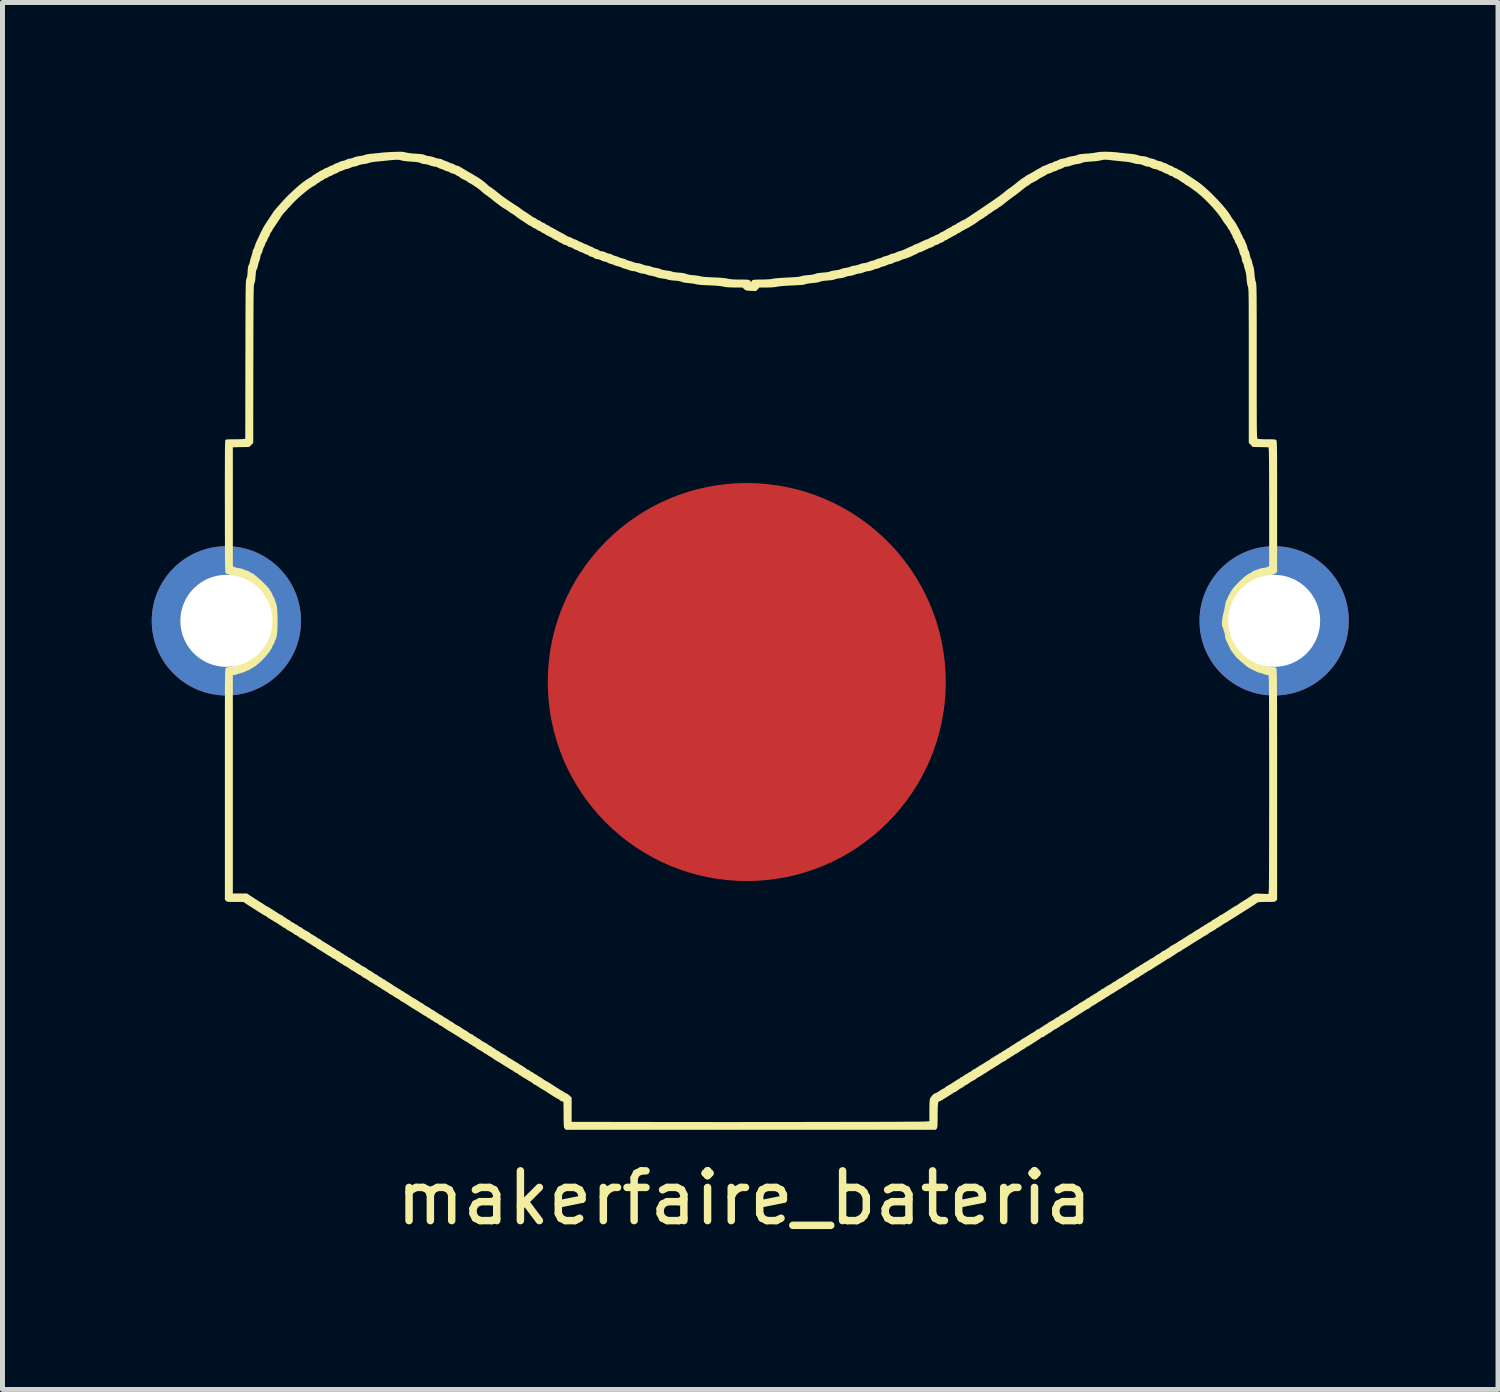
<source format=kicad_pcb>
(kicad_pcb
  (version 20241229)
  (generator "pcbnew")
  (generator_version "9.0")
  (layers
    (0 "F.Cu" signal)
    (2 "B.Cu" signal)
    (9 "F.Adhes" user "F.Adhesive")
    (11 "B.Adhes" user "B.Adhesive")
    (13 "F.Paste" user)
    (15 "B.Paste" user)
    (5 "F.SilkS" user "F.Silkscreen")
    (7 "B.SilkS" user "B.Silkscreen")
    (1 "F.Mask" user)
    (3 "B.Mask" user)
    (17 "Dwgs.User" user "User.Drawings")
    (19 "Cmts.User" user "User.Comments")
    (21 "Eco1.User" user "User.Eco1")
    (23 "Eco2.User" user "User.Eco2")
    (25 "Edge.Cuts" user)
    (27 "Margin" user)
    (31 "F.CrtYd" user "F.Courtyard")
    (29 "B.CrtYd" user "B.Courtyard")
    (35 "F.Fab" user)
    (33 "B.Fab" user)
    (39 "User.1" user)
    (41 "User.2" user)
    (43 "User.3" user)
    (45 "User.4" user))
  (footprint "makerfaire_bateria"
    (layer "F.Cu")
    (at 11.91 10.489)
    (property "Reference" "makerfaire_bateria" (at 0 10.54 0) (layer "F.SilkS") (effects (font (size 1 1) (thickness 0.15))))
    (attr board_only exclude_from_pos_files exclude_from_bom)
    (fp_poly (pts (xy 7.319 -10.488) (xy 7.4 -10.484) (xy 7.48 -10.478) (xy 7.505 -10.475) (xy 7.568 -10.467) (xy 7.639 -10.46) (xy 7.708 -10.453) (xy 7.742 -10.45) (xy 7.808 -10.443) (xy 7.864 -10.433) (xy 7.906 -10.422) (xy 7.91 -10.42) (xy 7.952 -10.408) (xy 7.997 -10.401) (xy 8.013 -10.4) (xy 8.073 -10.392) (xy 8.105 -10.379) (xy 8.14 -10.365) (xy 8.181 -10.353) (xy 8.198 -10.35) (xy 8.232 -10.342) (xy 8.26 -10.331) (xy 8.27 -10.325) (xy 8.292 -10.313) (xy 8.323 -10.305) (xy 8.337 -10.302) (xy 8.372 -10.295) (xy 8.403 -10.284) (xy 8.412 -10.279) (xy 8.436 -10.265) (xy 8.458 -10.26) (xy 8.478 -10.255) (xy 8.505 -10.241) (xy 8.514 -10.235) (xy 8.541 -10.22) (xy 8.563 -10.211) (xy 8.569 -10.21) (xy 8.587 -10.204) (xy 8.613 -10.19) (xy 8.62 -10.185) (xy 8.645 -10.169) (xy 8.666 -10.161) (xy 8.671 -10.16) (xy 8.69 -10.154) (xy 8.711 -10.141) (xy 8.738 -10.125) (xy 8.76 -10.115) (xy 8.781 -10.105) (xy 8.811 -10.088) (xy 8.845 -10.066) (xy 8.845 -10.066) (xy 8.877 -10.044) (xy 8.904 -10.026) (xy 8.921 -10.015) (xy 8.921 -10.015) (xy 8.941 -10.003) (xy 8.966 -9.986) (xy 8.966 -9.986) (xy 9.025 -9.947) (xy 9.069 -9.917) (xy 9.1 -9.896) (xy 9.121 -9.882) (xy 9.124 -9.88) (xy 9.183 -9.836) (xy 9.249 -9.781) (xy 9.32 -9.717) (xy 9.394 -9.647) (xy 9.468 -9.572) (xy 9.54 -9.496) (xy 9.608 -9.421) (xy 9.668 -9.35) (xy 9.719 -9.285) (xy 9.759 -9.228) (xy 9.775 -9.2) (xy 9.794 -9.17) (xy 9.818 -9.136) (xy 9.83 -9.12) (xy 9.853 -9.09) (xy 9.873 -9.061) (xy 9.88 -9.049) (xy 9.893 -9.026) (xy 9.911 -8.993) (xy 9.931 -8.958) (xy 9.95 -8.923) (xy 9.966 -8.891) (xy 9.975 -8.87) (xy 9.975 -8.87) (xy 9.986 -8.844) (xy 9.995 -8.83) (xy 10.006 -8.811) (xy 10.018 -8.783) (xy 10.019 -8.778) (xy 10.031 -8.751) (xy 10.044 -8.731) (xy 10.046 -8.73) (xy 10.058 -8.713) (xy 10.06 -8.705) (xy 10.064 -8.69) (xy 10.076 -8.664) (xy 10.083 -8.649) (xy 10.099 -8.612) (xy 10.11 -8.573) (xy 10.113 -8.562) (xy 10.12 -8.53) (xy 10.131 -8.505) (xy 10.135 -8.5) (xy 10.145 -8.481) (xy 10.154 -8.449) (xy 10.16 -8.42) (xy 10.167 -8.384) (xy 10.176 -8.355) (xy 10.184 -8.341) (xy 10.195 -8.321) (xy 10.203 -8.291) (xy 10.205 -8.28) (xy 10.213 -8.241) (xy 10.226 -8.2) (xy 10.23 -8.19) (xy 10.24 -8.153) (xy 10.249 -8.101) (xy 10.254 -8.038) (xy 10.255 -8.035) (xy 10.261 -7.969) (xy 10.27 -7.913) (xy 10.281 -7.872) (xy 10.283 -7.865) (xy 10.286 -7.856) (xy 10.288 -7.846) (xy 10.29 -7.833) (xy 10.291 -7.816) (xy 10.293 -7.795) (xy 10.294 -7.768) (xy 10.295 -7.734) (xy 10.296 -7.692) (xy 10.297 -7.642) (xy 10.298 -7.583) (xy 10.298 -7.513) (xy 10.299 -7.431) (xy 10.299 -7.338) (xy 10.299 -7.23) (xy 10.3 -7.109) (xy 10.3 -6.972) (xy 10.3 -6.819) (xy 10.3 -6.648) (xy 10.3 -6.46) (xy 10.3 -6.275) (xy 10.3 -6.07) (xy 10.3 -5.883) (xy 10.3 -5.715) (xy 10.3 -5.564) (xy 10.3 -5.429) (xy 10.301 -5.31) (xy 10.301 -5.204) (xy 10.301 -5.113) (xy 10.302 -5.034) (xy 10.302 -4.966) (xy 10.303 -4.909) (xy 10.304 -4.862) (xy 10.305 -4.824) (xy 10.306 -4.793) (xy 10.307 -4.77) (xy 10.309 -4.752) (xy 10.31 -4.739) (xy 10.312 -4.731) (xy 10.314 -4.725) (xy 10.316 -4.722) (xy 10.319 -4.721) (xy 10.319 -4.72) (xy 10.336 -4.717) (xy 10.37 -4.714) (xy 10.417 -4.711) (xy 10.474 -4.71) (xy 10.508 -4.71) (xy 10.571 -4.71) (xy 10.616 -4.709) (xy 10.648 -4.707) (xy 10.669 -4.704) (xy 10.683 -4.7) (xy 10.691 -4.694) (xy 10.693 -4.692) (xy 10.696 -4.688) (xy 10.698 -4.682) (xy 10.7 -4.671) (xy 10.702 -4.657) (xy 10.703 -4.636) (xy 10.704 -4.609) (xy 10.706 -4.575) (xy 10.707 -4.531) (xy 10.707 -4.478) (xy 10.708 -4.414) (xy 10.709 -4.338) (xy 10.709 -4.25) (xy 10.709 -4.148) (xy 10.71 -4.031) (xy 10.71 -3.898) (xy 10.71 -3.749) (xy 10.71 -3.582) (xy 10.71 -3.396) (xy 10.71 -3.358) (xy 10.71 -2.043) (xy 10.688 -2.023) (xy 10.664 -2.006) (xy 10.645 -1.997) (xy 10.623 -1.99) (xy 10.593 -1.979) (xy 10.585 -1.976) (xy 10.548 -1.966) (xy 10.509 -1.961) (xy 10.503 -1.96) (xy 10.47 -1.956) (xy 10.431 -1.944) (xy 10.408 -1.935) (xy 10.378 -1.922) (xy 10.353 -1.913) (xy 10.343 -1.91) (xy 10.327 -1.905) (xy 10.304 -1.892) (xy 10.296 -1.887) (xy 10.265 -1.868) (xy 10.229 -1.846) (xy 10.219 -1.84) (xy 10.174 -1.809) (xy 10.122 -1.766) (xy 10.069 -1.716) (xy 10.019 -1.664) (xy 9.977 -1.614) (xy 9.974 -1.61) (xy 9.95 -1.576) (xy 9.932 -1.548) (xy 9.921 -1.529) (xy 9.92 -1.525) (xy 9.914 -1.509) (xy 9.902 -1.489) (xy 9.885 -1.46) (xy 9.876 -1.436) (xy 9.864 -1.405) (xy 9.85 -1.383) (xy 9.837 -1.356) (xy 9.828 -1.312) (xy 9.825 -1.288) (xy 9.82 -1.25) (xy 9.815 -1.219) (xy 9.81 -1.201) (xy 9.81 -1.2) (xy 9.802 -1.179) (xy 9.792 -1.138) (xy 9.78 -1.078) (xy 9.775 -1.053) (xy 9.774 -1.029) (xy 9.779 -1.015) (xy 9.788 -1.001) (xy 9.79 -0.984) (xy 9.795 -0.956) (xy 9.804 -0.932) (xy 9.812 -0.908) (xy 9.82 -0.872) (xy 9.824 -0.838) (xy 9.832 -0.792) (xy 9.844 -0.757) (xy 9.85 -0.747) (xy 9.867 -0.719) (xy 9.876 -0.694) (xy 9.888 -0.664) (xy 9.902 -0.641) (xy 9.915 -0.618) (xy 9.92 -0.6) (xy 9.926 -0.585) (xy 9.942 -0.559) (xy 9.966 -0.526) (xy 9.994 -0.49) (xy 10.023 -0.454) (xy 10.051 -0.423) (xy 10.053 -0.422) (xy 10.077 -0.398) (xy 10.111 -0.369) (xy 10.149 -0.338) (xy 10.187 -0.308) (xy 10.221 -0.283) (xy 10.244 -0.268) (xy 10.245 -0.267) (xy 10.276 -0.251) (xy 10.309 -0.235) (xy 10.31 -0.235) (xy 10.344 -0.218) (xy 10.379 -0.201) (xy 10.381 -0.2) (xy 10.416 -0.185) (xy 10.453 -0.175) (xy 10.455 -0.174) (xy 10.491 -0.165) (xy 10.529 -0.151) (xy 10.535 -0.149) (xy 10.57 -0.137) (xy 10.611 -0.131) (xy 10.626 -0.13) (xy 10.665 -0.127) (xy 10.689 -0.116) (xy 10.693 -0.112) (xy 10.695 -0.109) (xy 10.697 -0.103) (xy 10.698 -0.094) (xy 10.7 -0.081) (xy 10.701 -0.063) (xy 10.702 -0.04) (xy 10.703 -0.01) (xy 10.704 0.027) (xy 10.705 0.072) (xy 10.706 0.126) (xy 10.706 0.189) (xy 10.707 0.262) (xy 10.707 0.345) (xy 10.708 0.441) (xy 10.708 0.549) (xy 10.709 0.67) (xy 10.709 0.805) (xy 10.709 0.954) (xy 10.709 1.119) (xy 10.71 1.301) (xy 10.71 1.499) (xy 10.71 1.714) (xy 10.71 1.949) (xy 10.71 2.202) (xy 10.71 2.225) (xy 10.71 4.543) (xy 10.688 4.567) (xy 10.68 4.575) (xy 10.67 4.581) (xy 10.656 4.585) (xy 10.634 4.588) (xy 10.602 4.589) (xy 10.555 4.59) (xy 10.494 4.59) (xy 10.432 4.591) (xy 10.38 4.592) (xy 10.342 4.595) (xy 10.32 4.598) (xy 10.315 4.6) (xy 10.308 4.607) (xy 10.291 4.619) (xy 10.264 4.638) (xy 10.225 4.664) (xy 10.173 4.697) (xy 10.108 4.739) (xy 10.028 4.789) (xy 9.932 4.849) (xy 9.893 4.874) (xy 9.837 4.909) (xy 9.794 4.936) (xy 9.761 4.957) (xy 9.734 4.974) (xy 9.711 4.989) (xy 9.702 4.995) (xy 9.677 5.01) (xy 9.658 5.019) (xy 9.654 5.02) (xy 9.64 5.027) (xy 9.625 5.04) (xy 9.608 5.055) (xy 9.598 5.06) (xy 9.585 5.066) (xy 9.563 5.08) (xy 9.556 5.085) (xy 9.533 5.101) (xy 9.516 5.109) (xy 9.513 5.11) (xy 9.499 5.117) (xy 9.489 5.126) (xy 9.472 5.141) (xy 9.446 5.157) (xy 9.444 5.158) (xy 9.392 5.187) (xy 9.355 5.207) (xy 9.333 5.222) (xy 9.325 5.23) (xy 9.312 5.241) (xy 9.289 5.254) (xy 9.287 5.255) (xy 9.259 5.27) (xy 9.226 5.29) (xy 9.21 5.3) (xy 9.176 5.322) (xy 9.142 5.343) (xy 9.13 5.35) (xy 9.099 5.369) (xy 9.064 5.391) (xy 9.053 5.398) (xy 9.003 5.429) (xy 8.955 5.46) (xy 8.909 5.489) (xy 8.871 5.512) (xy 8.842 5.53) (xy 8.827 5.538) (xy 8.825 5.539) (xy 8.811 5.548) (xy 8.79 5.564) (xy 8.787 5.566) (xy 8.766 5.582) (xy 8.75 5.59) (xy 8.749 5.59) (xy 8.735 5.595) (xy 8.713 5.608) (xy 8.712 5.608) (xy 8.648 5.652) (xy 8.595 5.686) (xy 8.557 5.711) (xy 8.532 5.726) (xy 8.523 5.73) (xy 8.512 5.735) (xy 8.489 5.749) (xy 8.458 5.769) (xy 8.446 5.777) (xy 8.408 5.801) (xy 8.372 5.825) (xy 8.344 5.843) (xy 8.34 5.845) (xy 8.27 5.888) (xy 8.209 5.927) (xy 8.182 5.945) (xy 8.158 5.96) (xy 8.14 5.969) (xy 8.136 5.97) (xy 8.124 5.976) (xy 8.103 5.989) (xy 8.096 5.995) (xy 8.073 6.011) (xy 8.056 6.019) (xy 8.053 6.02) (xy 8.04 6.027) (xy 8.025 6.04) (xy 8.007 6.055) (xy 7.995 6.06) (xy 7.98 6.066) (xy 7.957 6.081) (xy 7.945 6.09) (xy 7.921 6.108) (xy 7.902 6.119) (xy 7.896 6.121) (xy 7.883 6.127) (xy 7.859 6.142) (xy 7.84 6.156) (xy 7.806 6.18) (xy 7.769 6.201) (xy 7.754 6.209) (xy 7.727 6.223) (xy 7.709 6.236) (xy 7.705 6.24) (xy 7.691 6.253) (xy 7.677 6.261) (xy 7.656 6.272) (xy 7.627 6.289) (xy 7.61 6.3) (xy 7.576 6.322) (xy 7.542 6.343) (xy 7.53 6.35) (xy 7.5 6.368) (xy 7.465 6.391) (xy 7.45 6.4) (xy 7.419 6.42) (xy 7.391 6.436) (xy 7.38 6.442) (xy 7.354 6.457) (xy 7.327 6.477) (xy 7.327 6.477) (xy 7.305 6.492) (xy 7.287 6.5) (xy 7.286 6.5) (xy 7.27 6.507) (xy 7.255 6.52) (xy 7.238 6.535) (xy 7.228 6.54) (xy 7.215 6.546) (xy 7.193 6.56) (xy 7.186 6.565) (xy 7.164 6.581) (xy 7.148 6.589) (xy 7.146 6.59) (xy 7.134 6.595) (xy 7.113 6.608) (xy 7.107 6.613) (xy 7.065 6.641) (xy 7.024 6.666) (xy 7.005 6.676) (xy 6.975 6.695) (xy 6.947 6.716) (xy 6.926 6.732) (xy 6.91 6.74) (xy 6.909 6.74) (xy 6.895 6.745) (xy 6.873 6.758) (xy 6.872 6.758) (xy 6.846 6.776) (xy 6.814 6.796) (xy 6.805 6.802) (xy 6.778 6.819) (xy 6.74 6.843) (xy 6.7 6.869) (xy 6.69 6.875) (xy 6.651 6.9) (xy 6.614 6.923) (xy 6.586 6.941) (xy 6.58 6.945) (xy 6.549 6.964) (xy 6.514 6.986) (xy 6.503 6.993) (xy 6.477 7.009) (xy 6.459 7.018) (xy 6.454 7.02) (xy 6.443 7.026) (xy 6.424 7.04) (xy 6.418 7.045) (xy 6.396 7.061) (xy 6.378 7.07) (xy 6.375 7.07) (xy 6.359 7.077) (xy 6.349 7.086) (xy 6.336 7.098) (xy 6.314 7.113) (xy 6.279 7.133) (xy 6.228 7.16) (xy 6.226 7.162) (xy 6.2 7.178) (xy 6.181 7.193) (xy 6.181 7.194) (xy 6.165 7.207) (xy 6.157 7.21) (xy 6.143 7.216) (xy 6.121 7.23) (xy 6.114 7.235) (xy 6.092 7.251) (xy 6.077 7.259) (xy 6.075 7.26) (xy 6.063 7.266) (xy 6.044 7.28) (xy 6.038 7.285) (xy 6.014 7.301) (xy 5.993 7.31) (xy 5.99 7.31) (xy 5.971 7.315) (xy 5.965 7.32) (xy 5.953 7.331) (xy 5.924 7.351) (xy 5.881 7.38) (xy 5.824 7.416) (xy 5.81 7.425) (xy 5.779 7.445) (xy 5.744 7.467) (xy 5.734 7.473) (xy 5.709 7.489) (xy 5.689 7.499) (xy 5.683 7.5) (xy 5.669 7.507) (xy 5.659 7.517) (xy 5.64 7.533) (xy 5.615 7.547) (xy 5.591 7.56) (xy 5.559 7.58) (xy 5.53 7.6) (xy 5.501 7.62) (xy 5.478 7.635) (xy 5.466 7.64) (xy 5.453 7.646) (xy 5.431 7.66) (xy 5.424 7.665) (xy 5.402 7.681) (xy 5.387 7.689) (xy 5.385 7.69) (xy 5.374 7.696) (xy 5.353 7.709) (xy 5.346 7.715) (xy 5.323 7.731) (xy 5.306 7.739) (xy 5.303 7.74) (xy 5.289 7.747) (xy 5.275 7.76) (xy 5.253 7.778) (xy 5.236 7.786) (xy 5.212 7.797) (xy 5.19 7.81) (xy 5.105 7.866) (xy 5.074 7.885) (xy 5.04 7.906) (xy 4.99 7.937) (xy 4.924 7.979) (xy 4.841 8.032) (xy 4.82 8.045) (xy 4.78 8.071) (xy 4.743 8.093) (xy 4.714 8.109) (xy 4.703 8.115) (xy 4.68 8.128) (xy 4.665 8.14) (xy 4.664 8.141) (xy 4.651 8.152) (xy 4.628 8.166) (xy 4.626 8.167) (xy 4.572 8.196) (xy 4.518 8.231) (xy 4.496 8.248) (xy 4.474 8.262) (xy 4.458 8.27) (xy 4.457 8.27) (xy 4.442 8.276) (xy 4.428 8.287) (xy 4.415 8.298) (xy 4.4 8.308) (xy 4.378 8.322) (xy 4.344 8.341) (xy 4.339 8.344) (xy 4.307 8.364) (xy 4.278 8.386) (xy 4.277 8.386) (xy 4.256 8.402) (xy 4.24 8.41) (xy 4.239 8.41) (xy 4.225 8.415) (xy 4.203 8.428) (xy 4.202 8.428) (xy 4.177 8.445) (xy 4.145 8.466) (xy 4.133 8.473) (xy 4.096 8.496) (xy 4.057 8.521) (xy 4.048 8.527) (xy 4.016 8.546) (xy 3.987 8.565) (xy 3.979 8.571) (xy 3.951 8.586) (xy 3.927 8.595) (xy 3.916 8.599) (xy 3.907 8.607) (xy 3.9 8.619) (xy 3.895 8.639) (xy 3.892 8.669) (xy 3.889 8.71) (xy 3.888 8.766) (xy 3.887 8.839) (xy 3.887 8.895) (xy 3.886 8.97) (xy 3.885 9.027) (xy 3.884 9.07) (xy 3.882 9.1) (xy 3.879 9.121) (xy 3.875 9.135) (xy 3.87 9.144) (xy 3.866 9.149) (xy 3.847 9.17) (xy -3.587 9.17) (xy -3.608 9.147) (xy -3.615 9.139) (xy -3.62 9.13) (xy -3.624 9.117) (xy -3.626 9.097) (xy -3.629 9.069) (xy -3.63 9.029) (xy -3.631 8.975) (xy -3.632 8.905) (xy -3.632 8.865) (xy -3.635 8.606) (xy -3.666 8.598) (xy -3.694 8.586) (xy -3.715 8.57) (xy -3.732 8.555) (xy -3.743 8.55) (xy -3.756 8.544) (xy -3.785 8.528) (xy -3.829 8.501) (xy -3.886 8.465) (xy -3.957 8.419) (xy -3.968 8.411) (xy -4.002 8.39) (xy -4.03 8.372) (xy -4.048 8.362) (xy -4.05 8.361) (xy -4.065 8.353) (xy -4.091 8.337) (xy -4.125 8.315) (xy -4.136 8.307) (xy -4.17 8.286) (xy -4.197 8.269) (xy -4.215 8.261) (xy -4.217 8.26) (xy -4.232 8.253) (xy -4.241 8.244) (xy -4.258 8.229) (xy -4.284 8.212) (xy -4.289 8.209) (xy -4.332 8.185) (xy -4.369 8.162) (xy -4.395 8.144) (xy -4.421 8.128) (xy -4.445 8.117) (xy -4.446 8.116) (xy -4.469 8.103) (xy -4.485 8.09) (xy -4.503 8.075) (xy -4.515 8.07) (xy -4.53 8.063) (xy -4.545 8.05) (xy -4.563 8.035) (xy -4.576 8.03) (xy -4.592 8.024) (xy -4.613 8.01) (xy -4.617 8.007) (xy -4.644 7.988) (xy -4.669 7.972) (xy -4.67 7.972) (xy -4.693 7.959) (xy -4.724 7.941) (xy -4.74 7.93) (xy -4.774 7.908) (xy -4.808 7.887) (xy -4.82 7.88) (xy -4.85 7.862) (xy -4.885 7.839) (xy -4.9 7.83) (xy -4.928 7.812) (xy -4.952 7.798) (xy -4.96 7.794) (xy -4.971 7.788) (xy -4.989 7.777) (xy -5.016 7.759) (xy -5.055 7.733) (xy -5.092 7.708) (xy -5.113 7.696) (xy -5.125 7.69) (xy -5.126 7.69) (xy -5.137 7.684) (xy -5.156 7.67) (xy -5.162 7.665) (xy -5.184 7.649) (xy -5.202 7.64) (xy -5.205 7.64) (xy -5.221 7.633) (xy -5.231 7.624) (xy -5.248 7.609) (xy -5.274 7.593) (xy -5.276 7.592) (xy -5.327 7.564) (xy -5.363 7.544) (xy -5.386 7.528) (xy -5.399 7.516) (xy -5.399 7.516) (xy -5.415 7.503) (xy -5.423 7.5) (xy -5.437 7.494) (xy -5.459 7.48) (xy -5.466 7.475) (xy -5.489 7.459) (xy -5.505 7.451) (xy -5.508 7.45) (xy -5.522 7.443) (xy -5.53 7.435) (xy -5.547 7.421) (xy -5.573 7.405) (xy -5.584 7.4) (xy -5.617 7.382) (xy -5.655 7.359) (xy -5.672 7.347) (xy -5.705 7.325) (xy -5.738 7.304) (xy -5.752 7.295) (xy -5.783 7.276) (xy -5.817 7.255) (xy -5.82 7.253) (xy -5.903 7.202) (xy -5.961 7.167) (xy -5.99 7.149) (xy -6.025 7.126) (xy -6.052 7.107) (xy -6.082 7.088) (xy -6.105 7.075) (xy -6.117 7.07) (xy -6.131 7.063) (xy -6.145 7.05) (xy -6.167 7.032) (xy -6.184 7.024) (xy -6.206 7.013) (xy -6.232 6.996) (xy -6.236 6.994) (xy -6.258 6.978) (xy -6.275 6.97) (xy -6.277 6.97) (xy -6.29 6.963) (xy -6.305 6.95) (xy -6.323 6.935) (xy -6.336 6.93) (xy -6.351 6.924) (xy -6.373 6.909) (xy -6.378 6.905) (xy -6.399 6.889) (xy -6.414 6.88) (xy -6.416 6.88) (xy -6.429 6.875) (xy -6.451 6.862) (xy -6.459 6.857) (xy -6.49 6.836) (xy -6.52 6.817) (xy -6.524 6.814) (xy -6.553 6.795) (xy -6.585 6.776) (xy -6.586 6.775) (xy -6.65 6.736) (xy -6.722 6.691) (xy -6.795 6.643) (xy -6.803 6.638) (xy -6.837 6.616) (xy -6.865 6.6) (xy -6.883 6.591) (xy -6.886 6.59) (xy -6.901 6.583) (xy -6.911 6.574) (xy -6.928 6.559) (xy -6.954 6.542) (xy -6.959 6.539) (xy -7.002 6.515) (xy -7.039 6.492) (xy -7.065 6.474) (xy -7.091 6.458) (xy -7.115 6.447) (xy -7.116 6.446) (xy -7.139 6.433) (xy -7.155 6.42) (xy -7.172 6.405) (xy -7.182 6.4) (xy -7.195 6.394) (xy -7.217 6.38) (xy -7.224 6.375) (xy -7.247 6.359) (xy -7.264 6.351) (xy -7.267 6.35) (xy -7.28 6.343) (xy -7.295 6.33) (xy -7.313 6.315) (xy -7.326 6.31) (xy -7.341 6.304) (xy -7.363 6.289) (xy -7.367 6.286) (xy -7.392 6.268) (xy -7.415 6.257) (xy -7.416 6.256) (xy -7.439 6.243) (xy -7.455 6.23) (xy -7.473 6.215) (xy -7.486 6.21) (xy -7.502 6.204) (xy -7.524 6.19) (xy -7.527 6.188) (xy -7.554 6.167) (xy -7.581 6.149) (xy -7.615 6.13) (xy -7.641 6.116) (xy -7.67 6.099) (xy -7.692 6.082) (xy -7.699 6.076) (xy -7.715 6.063) (xy -7.724 6.06) (xy -7.737 6.055) (xy -7.761 6.04) (xy -7.793 6.02) (xy -7.8 6.015) (xy -7.832 5.994) (xy -7.857 5.978) (xy -7.872 5.97) (xy -7.873 5.97) (xy -7.886 5.964) (xy -7.907 5.951) (xy -7.908 5.949) (xy -7.94 5.926) (xy -7.974 5.904) (xy -8.004 5.885) (xy -8.027 5.873) (xy -8.036 5.87) (xy -8.05 5.863) (xy -8.065 5.85) (xy -8.083 5.835) (xy -8.096 5.83) (xy -8.111 5.824) (xy -8.133 5.809) (xy -8.138 5.805) (xy -8.16 5.789) (xy -8.176 5.78) (xy -8.178 5.78) (xy -8.191 5.773) (xy -8.201 5.764) (xy -8.219 5.749) (xy -8.246 5.734) (xy -8.255 5.73) (xy -8.283 5.715) (xy -8.305 5.7) (xy -8.309 5.696) (xy -8.324 5.683) (xy -8.332 5.68) (xy -8.346 5.675) (xy -8.367 5.662) (xy -8.368 5.661) (xy -8.502 5.575) (xy -8.561 5.541) (xy -8.587 5.525) (xy -8.607 5.509) (xy -8.609 5.506) (xy -8.626 5.493) (xy -8.635 5.49) (xy -8.651 5.484) (xy -8.673 5.469) (xy -8.677 5.466) (xy -8.702 5.448) (xy -8.736 5.427) (xy -8.757 5.416) (xy -8.787 5.398) (xy -8.811 5.382) (xy -8.821 5.374) (xy -8.837 5.361) (xy -8.863 5.346) (xy -8.874 5.34) (xy -8.917 5.318) (xy -8.951 5.296) (xy -8.983 5.272) (xy -9.006 5.257) (xy -9.023 5.25) (xy -9.025 5.25) (xy -9.041 5.243) (xy -9.051 5.234) (xy -9.064 5.222) (xy -9.086 5.207) (xy -9.121 5.187) (xy -9.172 5.16) (xy -9.174 5.158) (xy -9.2 5.142) (xy -9.219 5.127) (xy -9.219 5.126) (xy -9.236 5.113) (xy -9.245 5.11) (xy -9.261 5.104) (xy -9.283 5.089) (xy -9.288 5.085) (xy -9.31 5.069) (xy -9.326 5.06) (xy -9.328 5.06) (xy -9.342 5.053) (xy -9.35 5.044) (xy -9.369 5.029) (xy -9.394 5.015) (xy -9.394 5.014) (xy -9.421 5) (xy -9.454 4.98) (xy -9.47 4.97) (xy -9.504 4.949) (xy -9.538 4.928) (xy -9.551 4.921) (xy -9.577 4.905) (xy -9.597 4.889) (xy -9.599 4.886) (xy -9.615 4.873) (xy -9.623 4.87) (xy -9.637 4.865) (xy -9.661 4.852) (xy -9.674 4.843) (xy -9.708 4.822) (xy -9.742 4.8) (xy -9.75 4.795) (xy -9.776 4.779) (xy -9.811 4.757) (xy -9.849 4.733) (xy -9.855 4.729) (xy -9.89 4.707) (xy -9.919 4.688) (xy -9.939 4.676) (xy -9.941 4.675) (xy -9.958 4.664) (xy -9.985 4.646) (xy -10.012 4.628) (xy -10.067 4.59) (xy -10.232 4.59) (xy -10.293 4.59) (xy -10.337 4.589) (xy -10.368 4.588) (xy -10.388 4.585) (xy -10.402 4.58) (xy -10.411 4.574) (xy -10.418 4.567) (xy -10.44 4.544) (xy -10.44 4.42) (xy -10.28 4.42) (xy -10.137 4.42) (xy -9.994 4.42) (xy -9.931 4.463) (xy -9.898 4.484) (xy -9.87 4.503) (xy -9.852 4.514) (xy -9.851 4.515) (xy -9.834 4.525) (xy -9.808 4.543) (xy -9.782 4.56) (xy -9.748 4.582) (xy -9.716 4.601) (xy -9.699 4.612) (xy -9.672 4.627) (xy -9.652 4.642) (xy -9.63 4.658) (xy -9.61 4.669) (xy -9.577 4.687) (xy -9.533 4.713) (xy -9.486 4.743) (xy -9.484 4.744) (xy -9.457 4.762) (xy -9.424 4.782) (xy -9.415 4.788) (xy -9.381 4.81) (xy -9.347 4.832) (xy -9.339 4.837) (xy -9.315 4.851) (xy -9.297 4.859) (xy -9.294 4.86) (xy -9.28 4.867) (xy -9.265 4.88) (xy -9.248 4.895) (xy -9.237 4.9) (xy -9.224 4.906) (xy -9.203 4.921) (xy -9.198 4.925) (xy -9.176 4.941) (xy -9.158 4.95) (xy -9.156 4.95) (xy -9.141 4.957) (xy -9.122 4.973) (xy -9.12 4.975) (xy -9.1 4.992) (xy -9.083 5) (xy -9.082 5) (xy -9.066 5.006) (xy -9.043 5.021) (xy -9.038 5.025) (xy -9.016 5.041) (xy -8.998 5.05) (xy -8.996 5.05) (xy -8.98 5.057) (xy -8.965 5.07) (xy -8.947 5.085) (xy -8.934 5.09) (xy -8.918 5.096) (xy -8.896 5.11) (xy -8.893 5.112) (xy -8.857 5.14) (xy -8.821 5.161) (xy -8.784 5.18) (xy -8.756 5.195) (xy -8.735 5.21) (xy -8.731 5.214) (xy -8.716 5.227) (xy -8.689 5.243) (xy -8.667 5.256) (xy -8.632 5.275) (xy -8.601 5.296) (xy -8.587 5.306) (xy -8.565 5.322) (xy -8.547 5.33) (xy -8.545 5.33) (xy -8.529 5.337) (xy -8.519 5.346) (xy -8.502 5.361) (xy -8.477 5.378) (xy -8.471 5.381) (xy -8.337 5.462) (xy -8.278 5.501) (xy -8.257 5.514) (xy -8.242 5.52) (xy -8.242 5.52) (xy -8.228 5.527) (xy -8.219 5.536) (xy -8.201 5.551) (xy -8.174 5.566) (xy -8.165 5.57) (xy -8.137 5.585) (xy -8.115 5.6) (xy -8.111 5.604) (xy -8.096 5.617) (xy -8.088 5.62) (xy -8.074 5.626) (xy -8.053 5.641) (xy -8.048 5.645) (xy -8.026 5.661) (xy -8.008 5.67) (xy -8.006 5.67) (xy -7.99 5.677) (xy -7.975 5.69) (xy -7.957 5.705) (xy -7.944 5.71) (xy -7.929 5.716) (xy -7.907 5.731) (xy -7.903 5.734) (xy -7.878 5.752) (xy -7.855 5.763) (xy -7.854 5.764) (xy -7.831 5.777) (xy -7.815 5.79) (xy -7.797 5.805) (xy -7.784 5.81) (xy -7.768 5.816) (xy -7.746 5.83) (xy -7.743 5.832) (xy -7.706 5.86) (xy -7.671 5.881) (xy -7.634 5.899) (xy -7.607 5.913) (xy -7.589 5.926) (xy -7.585 5.929) (xy -7.573 5.941) (xy -7.55 5.956) (xy -7.542 5.96) (xy -7.501 5.983) (xy -7.47 6.003) (xy -7.442 6.024) (xy -7.437 6.027) (xy -7.415 6.043) (xy -7.397 6.05) (xy -7.396 6.05) (xy -7.38 6.057) (xy -7.365 6.07) (xy -7.343 6.088) (xy -7.326 6.096) (xy -7.304 6.107) (xy -7.279 6.125) (xy -7.277 6.126) (xy -7.255 6.142) (xy -7.238 6.15) (xy -7.236 6.15) (xy -7.22 6.157) (xy -7.205 6.17) (xy -7.188 6.185) (xy -7.177 6.19) (xy -7.163 6.196) (xy -7.141 6.21) (xy -7.134 6.215) (xy -7.111 6.231) (xy -7.095 6.239) (xy -7.092 6.24) (xy -7.079 6.247) (xy -7.065 6.26) (xy -7.043 6.278) (xy -7.026 6.286) (xy -7.004 6.297) (xy -6.979 6.315) (xy -6.977 6.316) (xy -6.955 6.332) (xy -6.938 6.34) (xy -6.936 6.34) (xy -6.92 6.347) (xy -6.905 6.36) (xy -6.887 6.375) (xy -6.874 6.38) (xy -6.859 6.386) (xy -6.837 6.401) (xy -6.832 6.405) (xy -6.811 6.421) (xy -6.796 6.43) (xy -6.794 6.43) (xy -6.782 6.436) (xy -6.759 6.45) (xy -6.73 6.47) (xy -6.696 6.493) (xy -6.663 6.514) (xy -6.642 6.525) (xy -6.617 6.539) (xy -6.583 6.56) (xy -6.552 6.58) (xy -6.522 6.6) (xy -6.498 6.614) (xy -6.484 6.62) (xy -6.484 6.62) (xy -6.469 6.627) (xy -6.459 6.636) (xy -6.443 6.65) (xy -6.417 6.668) (xy -6.407 6.673) (xy -6.376 6.691) (xy -6.347 6.707) (xy -6.341 6.71) (xy -6.313 6.728) (xy -6.285 6.748) (xy -6.263 6.763) (xy -6.247 6.77) (xy -6.245 6.77) (xy -6.23 6.777) (xy -6.215 6.79) (xy -6.197 6.805) (xy -6.185 6.81) (xy -6.169 6.817) (xy -6.159 6.826) (xy -6.141 6.841) (xy -6.114 6.856) (xy -6.105 6.86) (xy -6.077 6.875) (xy -6.055 6.89) (xy -6.051 6.894) (xy -6.035 6.907) (xy -6.026 6.91) (xy -6.013 6.916) (xy -5.989 6.93) (xy -5.96 6.95) (xy -5.926 6.973) (xy -5.894 6.993) (xy -5.874 7.004) (xy -5.85 7.017) (xy -5.836 7.028) (xy -5.836 7.029) (xy -5.822 7.041) (xy -5.8 7.054) (xy -5.797 7.056) (xy -5.745 7.083) (xy -5.704 7.107) (xy -5.681 7.124) (xy -5.663 7.137) (xy -5.634 7.155) (xy -5.615 7.166) (xy -5.581 7.185) (xy -5.552 7.205) (xy -5.54 7.215) (xy -5.514 7.234) (xy -5.488 7.245) (xy -5.461 7.257) (xy -5.444 7.271) (xy -5.428 7.285) (xy -5.417 7.29) (xy -5.404 7.296) (xy -5.383 7.311) (xy -5.378 7.315) (xy -5.356 7.331) (xy -5.338 7.34) (xy -5.335 7.34) (xy -5.319 7.347) (xy -5.309 7.356) (xy -5.296 7.368) (xy -5.274 7.383) (xy -5.239 7.403) (xy -5.188 7.43) (xy -5.186 7.432) (xy -5.16 7.448) (xy -5.141 7.463) (xy -5.141 7.464) (xy -5.124 7.477) (xy -5.115 7.48) (xy -5.099 7.486) (xy -5.077 7.501) (xy -5.072 7.505) (xy -5.051 7.521) (xy -5.037 7.53) (xy -5.035 7.53) (xy -5.023 7.536) (xy -5.004 7.55) (xy -4.998 7.555) (xy -4.976 7.571) (xy -4.958 7.58) (xy -4.955 7.58) (xy -4.939 7.587) (xy -4.929 7.596) (xy -4.912 7.611) (xy -4.886 7.627) (xy -4.884 7.628) (xy -4.832 7.657) (xy -4.795 7.677) (xy -4.773 7.692) (xy -4.765 7.7) (xy -4.752 7.711) (xy -4.729 7.724) (xy -4.727 7.725) (xy -4.699 7.74) (xy -4.666 7.76) (xy -4.65 7.77) (xy -4.619 7.79) (xy -4.591 7.806) (xy -4.58 7.812) (xy -4.554 7.827) (xy -4.527 7.847) (xy -4.527 7.847) (xy -4.505 7.862) (xy -4.487 7.87) (xy -4.486 7.87) (xy -4.47 7.877) (xy -4.455 7.89) (xy -4.437 7.905) (xy -4.425 7.91) (xy -4.411 7.917) (xy -4.392 7.933) (xy -4.39 7.935) (xy -4.37 7.952) (xy -4.353 7.96) (xy -4.352 7.96) (xy -4.336 7.966) (xy -4.313 7.981) (xy -4.308 7.985) (xy -4.286 8.001) (xy -4.268 8.01) (xy -4.266 8.01) (xy -4.25 8.017) (xy -4.235 8.03) (xy -4.217 8.045) (xy -4.204 8.05) (xy -4.189 8.056) (xy -4.167 8.071) (xy -4.162 8.075) (xy -4.141 8.091) (xy -4.126 8.1) (xy -4.124 8.1) (xy -4.112 8.106) (xy -4.089 8.12) (xy -4.06 8.14) (xy -4.026 8.163) (xy -3.994 8.184) (xy -3.973 8.195) (xy -3.948 8.208) (xy -3.914 8.228) (xy -3.879 8.251) (xy -3.878 8.252) (xy -3.841 8.276) (xy -3.804 8.3) (xy -3.777 8.317) (xy -3.744 8.338) (xy -3.708 8.361) (xy -3.702 8.365) (xy -3.677 8.38) (xy -3.66 8.389) (xy -3.656 8.39) (xy -3.644 8.396) (xy -3.624 8.411) (xy -3.618 8.415) (xy -3.595 8.431) (xy -3.575 8.44) (xy -3.572 8.44) (xy -3.557 8.447) (xy -3.533 8.464) (xy -3.513 8.482) (xy -3.47 8.524) (xy -3.47 9.01) (xy -1.907 9.012) (xy -1.7 9.013) (xy -1.486 9.013) (xy -1.266 9.013) (xy -1.041 9.013) (xy -0.812 9.013) (xy -0.58 9.014) (xy -0.345 9.014) (xy -0.11 9.014) (xy 0.126 9.013) (xy 0.362 9.013) (xy 0.596 9.013) (xy 0.828 9.013) (xy 1.057 9.013) (xy 1.281 9.012) (xy 1.501 9.012) (xy 1.715 9.012) (xy 1.923 9.011) (xy 2.123 9.011) (xy 2.314 9.011) (xy 2.496 9.01) (xy 2.668 9.01) (xy 2.829 9.009) (xy 2.977 9.009) (xy 3.113 9.008) (xy 3.235 9.007) (xy 3.342 9.007) (xy 3.434 9.006) (xy 3.509 9.006) (xy 3.567 9.005) (xy 3.607 9.004) (xy 3.627 9.004) (xy 3.72 8.998) (xy 3.72 8.791) (xy 3.721 8.713) (xy 3.722 8.648) (xy 3.725 8.597) (xy 3.729 8.562) (xy 3.731 8.549) (xy 3.748 8.517) (xy 3.773 8.484) (xy 3.803 8.455) (xy 3.831 8.437) (xy 3.837 8.435) (xy 3.864 8.425) (xy 3.889 8.411) (xy 3.938 8.378) (xy 3.973 8.356) (xy 3.996 8.344) (xy 4.007 8.34) (xy 4.021 8.333) (xy 4.031 8.324) (xy 4.048 8.309) (xy 4.073 8.292) (xy 4.079 8.289) (xy 4.15 8.248) (xy 4.223 8.202) (xy 4.272 8.169) (xy 4.293 8.156) (xy 4.308 8.15) (xy 4.308 8.15) (xy 4.321 8.143) (xy 4.335 8.13) (xy 4.353 8.115) (xy 4.365 8.11) (xy 4.38 8.104) (xy 4.403 8.089) (xy 4.415 8.08) (xy 4.44 8.062) (xy 4.459 8.052) (xy 4.465 8.05) (xy 4.48 8.043) (xy 4.495 8.03) (xy 4.515 8.015) (xy 4.53 8.01) (xy 4.548 8.003) (xy 4.569 7.986) (xy 4.57 7.985) (xy 4.589 7.968) (xy 4.602 7.96) (xy 4.603 7.96) (xy 4.616 7.955) (xy 4.64 7.941) (xy 4.669 7.923) (xy 4.704 7.9) (xy 4.739 7.878) (xy 4.761 7.866) (xy 4.789 7.849) (xy 4.825 7.826) (xy 4.854 7.808) (xy 4.883 7.789) (xy 4.907 7.775) (xy 4.919 7.77) (xy 4.931 7.763) (xy 4.945 7.75) (xy 4.967 7.732) (xy 4.984 7.724) (xy 5.006 7.713) (xy 5.031 7.695) (xy 5.033 7.694) (xy 5.055 7.678) (xy 5.072 7.67) (xy 5.074 7.67) (xy 5.09 7.663) (xy 5.105 7.65) (xy 5.123 7.635) (xy 5.136 7.63) (xy 5.151 7.624) (xy 5.173 7.609) (xy 5.178 7.605) (xy 5.2 7.589) (xy 5.216 7.58) (xy 5.218 7.58) (xy 5.232 7.574) (xy 5.253 7.559) (xy 5.257 7.556) (xy 5.282 7.538) (xy 5.305 7.527) (xy 5.306 7.526) (xy 5.329 7.513) (xy 5.345 7.5) (xy 5.362 7.485) (xy 5.374 7.48) (xy 5.387 7.474) (xy 5.411 7.46) (xy 5.44 7.44) (xy 5.474 7.417) (xy 5.506 7.397) (xy 5.526 7.386) (xy 5.55 7.373) (xy 5.564 7.362) (xy 5.564 7.361) (xy 5.578 7.349) (xy 5.601 7.336) (xy 5.603 7.335) (xy 5.631 7.32) (xy 5.664 7.3) (xy 5.68 7.29) (xy 5.708 7.272) (xy 5.736 7.255) (xy 5.77 7.234) (xy 5.816 7.207) (xy 5.822 7.204) (xy 5.843 7.189) (xy 5.864 7.171) (xy 5.885 7.156) (xy 5.902 7.15) (xy 5.92 7.144) (xy 5.943 7.129) (xy 5.948 7.125) (xy 5.969 7.109) (xy 5.983 7.1) (xy 5.985 7.1) (xy 5.996 7.094) (xy 6.017 7.081) (xy 6.024 7.075) (xy 6.047 7.059) (xy 6.064 7.051) (xy 6.067 7.05) (xy 6.081 7.043) (xy 6.091 7.034) (xy 6.108 7.019) (xy 6.134 7.003) (xy 6.136 7.002) (xy 6.187 6.974) (xy 6.223 6.954) (xy 6.246 6.938) (xy 6.259 6.926) (xy 6.259 6.926) (xy 6.278 6.913) (xy 6.29 6.91) (xy 6.309 6.903) (xy 6.325 6.89) (xy 6.348 6.87) (xy 6.369 6.856) (xy 6.396 6.842) (xy 6.427 6.825) (xy 6.431 6.823) (xy 6.463 6.804) (xy 6.492 6.784) (xy 6.495 6.782) (xy 6.517 6.767) (xy 6.534 6.76) (xy 6.535 6.76) (xy 6.55 6.753) (xy 6.565 6.74) (xy 6.582 6.725) (xy 6.593 6.72) (xy 6.606 6.714) (xy 6.627 6.699) (xy 6.632 6.695) (xy 6.654 6.679) (xy 6.672 6.67) (xy 6.675 6.67) (xy 6.691 6.663) (xy 6.701 6.654) (xy 6.711 6.644) (xy 6.73 6.631) (xy 6.759 6.614) (xy 6.801 6.591) (xy 6.819 6.581) (xy 6.845 6.564) (xy 6.873 6.544) (xy 6.873 6.543) (xy 6.895 6.528) (xy 6.912 6.52) (xy 6.914 6.52) (xy 6.93 6.513) (xy 6.945 6.5) (xy 6.962 6.485) (xy 6.973 6.48) (xy 6.987 6.474) (xy 7.009 6.461) (xy 7.014 6.456) (xy 7.04 6.439) (xy 7.064 6.427) (xy 7.066 6.426) (xy 7.089 6.413) (xy 7.105 6.4) (xy 7.123 6.385) (xy 7.135 6.38) (xy 7.15 6.373) (xy 7.165 6.36) (xy 7.183 6.345) (xy 7.195 6.34) (xy 7.211 6.334) (xy 7.233 6.32) (xy 7.235 6.318) (xy 7.275 6.291) (xy 7.326 6.261) (xy 7.35 6.249) (xy 7.376 6.233) (xy 7.403 6.213) (xy 7.403 6.213) (xy 7.425 6.198) (xy 7.443 6.19) (xy 7.445 6.19) (xy 7.461 6.183) (xy 7.471 6.174) (xy 7.484 6.162) (xy 7.508 6.146) (xy 7.544 6.125) (xy 7.589 6.101) (xy 7.616 6.085) (xy 7.635 6.071) (xy 7.66 6.053) (xy 7.68 6.042) (xy 7.702 6.029) (xy 7.732 6.009) (xy 7.75 5.996) (xy 7.777 5.977) (xy 7.798 5.964) (xy 7.806 5.961) (xy 7.82 5.954) (xy 7.843 5.939) (xy 7.855 5.93) (xy 7.88 5.912) (xy 7.899 5.902) (xy 7.905 5.9) (xy 7.92 5.893) (xy 7.935 5.88) (xy 7.953 5.865) (xy 7.966 5.86) (xy 7.982 5.854) (xy 8.003 5.84) (xy 8.007 5.837) (xy 8.034 5.818) (xy 8.059 5.802) (xy 8.06 5.802) (xy 8.083 5.789) (xy 8.113 5.771) (xy 8.13 5.76) (xy 8.163 5.739) (xy 8.194 5.721) (xy 8.207 5.715) (xy 8.23 5.702) (xy 8.244 5.691) (xy 8.245 5.69) (xy 8.257 5.679) (xy 8.28 5.664) (xy 8.288 5.66) (xy 8.329 5.637) (xy 8.36 5.617) (xy 8.388 5.596) (xy 8.393 5.593) (xy 8.416 5.577) (xy 8.433 5.57) (xy 8.435 5.57) (xy 8.451 5.564) (xy 8.473 5.549) (xy 8.478 5.545) (xy 8.5 5.529) (xy 8.516 5.52) (xy 8.518 5.52) (xy 8.532 5.513) (xy 8.541 5.504) (xy 8.554 5.492) (xy 8.578 5.476) (xy 8.614 5.455) (xy 8.659 5.431) (xy 8.686 5.415) (xy 8.705 5.401) (xy 8.73 5.383) (xy 8.75 5.372) (xy 8.77 5.361) (xy 8.8 5.342) (xy 8.836 5.319) (xy 8.85 5.31) (xy 8.887 5.286) (xy 8.92 5.265) (xy 8.945 5.25) (xy 8.95 5.247) (xy 8.978 5.232) (xy 9 5.217) (xy 9.035 5.193) (xy 9.07 5.17) (xy 9.099 5.152) (xy 9.119 5.142) (xy 9.124 5.14) (xy 9.136 5.134) (xy 9.156 5.119) (xy 9.162 5.115) (xy 9.184 5.099) (xy 9.202 5.09) (xy 9.204 5.09) (xy 9.22 5.083) (xy 9.235 5.07) (xy 9.252 5.055) (xy 9.263 5.05) (xy 9.277 5.044) (xy 9.299 5.031) (xy 9.304 5.026) (xy 9.33 5.009) (xy 9.354 4.997) (xy 9.356 4.996) (xy 9.379 4.983) (xy 9.395 4.97) (xy 9.412 4.955) (xy 9.423 4.95) (xy 9.437 4.944) (xy 9.459 4.93) (xy 9.466 4.925) (xy 9.489 4.909) (xy 9.505 4.901) (xy 9.508 4.9) (xy 9.521 4.893) (xy 9.535 4.88) (xy 9.553 4.865) (xy 9.565 4.86) (xy 9.578 4.855) (xy 9.604 4.841) (xy 9.636 4.821) (xy 9.651 4.812) (xy 9.72 4.767) (xy 9.774 4.732) (xy 9.816 4.705) (xy 9.847 4.686) (xy 9.869 4.673) (xy 9.885 4.664) (xy 9.894 4.66) (xy 9.915 4.65) (xy 9.924 4.642) (xy 9.935 4.632) (xy 9.963 4.613) (xy 10.004 4.586) (xy 10.058 4.553) (xy 10.104 4.525) (xy 10.132 4.507) (xy 10.166 4.484) (xy 10.18 4.475) (xy 10.212 4.453) (xy 10.236 4.438) (xy 10.258 4.428) (xy 10.282 4.423) (xy 10.313 4.422) (xy 10.355 4.423) (xy 10.401 4.425) (xy 10.537 4.431) (xy 10.543 4.333) (xy 10.544 4.312) (xy 10.545 4.272) (xy 10.545 4.214) (xy 10.546 4.14) (xy 10.547 4.051) (xy 10.547 3.947) (xy 10.548 3.831) (xy 10.548 3.703) (xy 10.548 3.564) (xy 10.549 3.416) (xy 10.549 3.26) (xy 10.549 3.097) (xy 10.549 2.928) (xy 10.55 2.755) (xy 10.55 2.578) (xy 10.55 2.399) (xy 10.55 2.219) (xy 10.55 2.039) (xy 10.55 1.86) (xy 10.55 1.684) (xy 10.549 1.511) (xy 10.549 1.343) (xy 10.549 1.181) (xy 10.549 1.027) (xy 10.548 0.881) (xy 10.548 0.744) (xy 10.547 0.619) (xy 10.547 0.505) (xy 10.546 0.404) (xy 10.546 0.318) (xy 10.545 0.247) (xy 10.545 0.193) (xy 10.544 0.157) (xy 10.543 0.142) (xy 10.537 0.03) (xy 10.511 0.03) (xy 10.485 0.025) (xy 10.454 0.015) (xy 10.445 0.011) (xy 10.409 -0.002) (xy 10.371 -0.013) (xy 10.365 -0.014) (xy 10.329 -0.024) (xy 10.292 -0.039) (xy 10.291 -0.04) (xy 10.257 -0.057) (xy 10.221 -0.074) (xy 10.216 -0.077) (xy 10.184 -0.092) (xy 10.154 -0.107) (xy 10.149 -0.11) (xy 10.128 -0.124) (xy 10.096 -0.148) (xy 10.057 -0.179) (xy 10.015 -0.215) (xy 9.973 -0.251) (xy 9.934 -0.286) (xy 9.902 -0.316) (xy 9.88 -0.339) (xy 9.873 -0.348) (xy 9.858 -0.369) (xy 9.835 -0.399) (xy 9.809 -0.432) (xy 9.808 -0.433) (xy 9.785 -0.464) (xy 9.768 -0.491) (xy 9.76 -0.508) (xy 9.76 -0.51) (xy 9.754 -0.53) (xy 9.742 -0.551) (xy 9.725 -0.58) (xy 9.716 -0.604) (xy 9.704 -0.635) (xy 9.69 -0.657) (xy 9.677 -0.684) (xy 9.667 -0.725) (xy 9.664 -0.748) (xy 9.659 -0.787) (xy 9.651 -0.822) (xy 9.644 -0.842) (xy 9.633 -0.87) (xy 9.63 -0.893) (xy 9.624 -0.917) (xy 9.615 -0.93) (xy 9.606 -0.949) (xy 9.601 -0.984) (xy 9.602 -1.031) (xy 9.607 -1.087) (xy 9.616 -1.149) (xy 9.63 -1.213) (xy 9.637 -1.24) (xy 9.646 -1.277) (xy 9.656 -1.325) (xy 9.664 -1.373) (xy 9.665 -1.378) (xy 9.673 -1.419) (xy 9.682 -1.453) (xy 9.691 -1.475) (xy 9.693 -1.478) (xy 9.707 -1.5) (xy 9.716 -1.525) (xy 9.725 -1.552) (xy 9.735 -1.57) (xy 9.748 -1.589) (xy 9.763 -1.615) (xy 9.766 -1.621) (xy 9.791 -1.666) (xy 9.82 -1.708) (xy 9.855 -1.751) (xy 9.9 -1.8) (xy 9.949 -1.849) (xy 10.017 -1.912) (xy 10.076 -1.963) (xy 10.127 -1.999) (xy 10.167 -2.021) (xy 10.176 -2.024) (xy 10.199 -2.037) (xy 10.215 -2.05) (xy 10.234 -2.065) (xy 10.249 -2.07) (xy 10.267 -2.074) (xy 10.295 -2.085) (xy 10.315 -2.093) (xy 10.355 -2.108) (xy 10.401 -2.119) (xy 10.426 -2.122) (xy 10.465 -2.128) (xy 10.501 -2.137) (xy 10.518 -2.144) (xy 10.55 -2.161) (xy 10.55 -3.273) (xy 10.55 -3.422) (xy 10.55 -3.567) (xy 10.549 -3.706) (xy 10.549 -3.838) (xy 10.549 -3.961) (xy 10.548 -4.074) (xy 10.547 -4.176) (xy 10.547 -4.265) (xy 10.546 -4.34) (xy 10.545 -4.399) (xy 10.544 -4.441) (xy 10.544 -4.465) (xy 10.544 -4.467) (xy 10.537 -4.549) (xy 10.219 -4.555) (xy 10.14 -4.639) (xy 10.14 -6.184) (xy 10.14 -6.39) (xy 10.14 -6.577) (xy 10.14 -6.745) (xy 10.14 -6.896) (xy 10.14 -7.032) (xy 10.139 -7.152) (xy 10.139 -7.258) (xy 10.139 -7.35) (xy 10.138 -7.43) (xy 10.138 -7.499) (xy 10.137 -7.558) (xy 10.136 -7.607) (xy 10.135 -7.648) (xy 10.134 -7.681) (xy 10.133 -7.707) (xy 10.131 -7.728) (xy 10.129 -7.745) (xy 10.128 -7.757) (xy 10.125 -7.767) (xy 10.123 -7.775) (xy 10.121 -7.782) (xy 10.109 -7.824) (xy 10.1 -7.881) (xy 10.095 -7.945) (xy 10.089 -8.008) (xy 10.081 -8.061) (xy 10.07 -8.099) (xy 10.07 -8.1) (xy 10.057 -8.139) (xy 10.047 -8.18) (xy 10.045 -8.19) (xy 10.038 -8.221) (xy 10.027 -8.246) (xy 10.024 -8.252) (xy 10.014 -8.271) (xy 10.005 -8.302) (xy 10.001 -8.329) (xy 9.994 -8.368) (xy 9.983 -8.398) (xy 9.976 -8.409) (xy 9.964 -8.431) (xy 9.954 -8.462) (xy 9.953 -8.472) (xy 9.945 -8.507) (xy 9.933 -8.54) (xy 9.93 -8.545) (xy 9.915 -8.574) (xy 9.905 -8.6) (xy 9.893 -8.627) (xy 9.879 -8.649) (xy 9.865 -8.672) (xy 9.86 -8.69) (xy 9.854 -8.71) (xy 9.841 -8.732) (xy 9.824 -8.76) (xy 9.814 -8.785) (xy 9.804 -8.812) (xy 9.787 -8.843) (xy 9.783 -8.848) (xy 9.769 -8.873) (xy 9.761 -8.891) (xy 9.76 -8.895) (xy 9.753 -8.91) (xy 9.74 -8.925) (xy 9.725 -8.943) (xy 9.72 -8.956) (xy 9.714 -8.969) (xy 9.698 -8.993) (xy 9.677 -9.022) (xy 9.652 -9.053) (xy 9.631 -9.082) (xy 9.619 -9.101) (xy 9.582 -9.161) (xy 9.532 -9.229) (xy 9.472 -9.304) (xy 9.403 -9.382) (xy 9.33 -9.459) (xy 9.254 -9.535) (xy 9.179 -9.604) (xy 9.107 -9.665) (xy 9.041 -9.715) (xy 9.03 -9.722) (xy 9.007 -9.739) (xy 8.977 -9.76) (xy 8.965 -9.769) (xy 8.934 -9.79) (xy 8.905 -9.808) (xy 8.895 -9.813) (xy 8.869 -9.828) (xy 8.851 -9.843) (xy 8.836 -9.857) (xy 8.828 -9.86) (xy 8.816 -9.866) (xy 8.792 -9.881) (xy 8.763 -9.902) (xy 8.76 -9.904) (xy 8.727 -9.927) (xy 8.695 -9.945) (xy 8.672 -9.954) (xy 8.644 -9.966) (xy 8.624 -9.981) (xy 8.603 -9.996) (xy 8.585 -10) (xy 8.564 -10.006) (xy 8.537 -10.02) (xy 8.53 -10.025) (xy 8.505 -10.041) (xy 8.483 -10.049) (xy 8.479 -10.05) (xy 8.46 -10.055) (xy 8.434 -10.069) (xy 8.424 -10.075) (xy 8.397 -10.091) (xy 8.373 -10.099) (xy 8.368 -10.1) (xy 8.346 -10.106) (xy 8.322 -10.119) (xy 8.295 -10.131) (xy 8.26 -10.141) (xy 8.248 -10.142) (xy 8.213 -10.15) (xy 8.181 -10.164) (xy 8.174 -10.169) (xy 8.138 -10.186) (xy 8.109 -10.19) (xy 8.076 -10.195) (xy 8.038 -10.208) (xy 8.024 -10.215) (xy 7.97 -10.235) (xy 7.924 -10.24) (xy 7.88 -10.244) (xy 7.833 -10.255) (xy 7.819 -10.26) (xy 7.781 -10.271) (xy 7.73 -10.281) (xy 7.67 -10.289) (xy 7.662 -10.289) (xy 7.612 -10.294) (xy 7.549 -10.3) (xy 7.481 -10.307) (xy 7.414 -10.314) (xy 7.397 -10.316) (xy 7.337 -10.323) (xy 7.292 -10.327) (xy 7.259 -10.329) (xy 7.233 -10.328) (xy 7.209 -10.325) (xy 7.183 -10.32) (xy 7.167 -10.316) (xy 7.129 -10.308) (xy 7.077 -10.301) (xy 7.019 -10.295) (xy 6.96 -10.291) (xy 6.96 -10.291) (xy 6.895 -10.287) (xy 6.847 -10.281) (xy 6.813 -10.275) (xy 6.79 -10.266) (xy 6.79 -10.266) (xy 6.762 -10.255) (xy 6.722 -10.246) (xy 6.685 -10.24) (xy 6.641 -10.232) (xy 6.598 -10.221) (xy 6.57 -10.211) (xy 6.533 -10.198) (xy 6.495 -10.191) (xy 6.484 -10.19) (xy 6.443 -10.184) (xy 6.418 -10.17) (xy 6.391 -10.155) (xy 6.358 -10.143) (xy 6.351 -10.141) (xy 6.32 -10.132) (xy 6.295 -10.119) (xy 6.291 -10.116) (xy 6.269 -10.103) (xy 6.253 -10.1) (xy 6.233 -10.095) (xy 6.204 -10.084) (xy 6.186 -10.075) (xy 6.156 -10.061) (xy 6.13 -10.052) (xy 6.121 -10.05) (xy 6.1 -10.044) (xy 6.079 -10.031) (xy 6.053 -10.014) (xy 6.022 -9.997) (xy 6.02 -9.996) (xy 5.972 -9.971) (xy 5.931 -9.948) (xy 5.903 -9.929) (xy 5.902 -9.928) (xy 5.882 -9.915) (xy 5.854 -9.899) (xy 5.846 -9.895) (xy 5.799 -9.871) (xy 5.768 -9.854) (xy 5.747 -9.841) (xy 5.734 -9.83) (xy 5.731 -9.826) (xy 5.714 -9.813) (xy 5.705 -9.81) (xy 5.693 -9.804) (xy 5.669 -9.787) (xy 5.636 -9.763) (xy 5.597 -9.732) (xy 5.585 -9.723) (xy 5.544 -9.689) (xy 5.506 -9.659) (xy 5.476 -9.636) (xy 5.458 -9.622) (xy 5.455 -9.62) (xy 5.411 -9.589) (xy 5.365 -9.556) (xy 5.314 -9.517) (xy 5.254 -9.47) (xy 5.183 -9.413) (xy 5.174 -9.405) (xy 5.151 -9.389) (xy 5.135 -9.381) (xy 5.132 -9.38) (xy 5.119 -9.373) (xy 5.109 -9.363) (xy 5.09 -9.347) (xy 5.065 -9.333) (xy 5.04 -9.319) (xy 5.008 -9.298) (xy 4.99 -9.285) (xy 4.961 -9.264) (xy 4.936 -9.247) (xy 4.925 -9.241) (xy 4.903 -9.227) (xy 4.886 -9.211) (xy 4.868 -9.196) (xy 4.855 -9.19) (xy 4.839 -9.183) (xy 4.829 -9.173) (xy 4.81 -9.157) (xy 4.785 -9.143) (xy 4.758 -9.128) (xy 4.727 -9.108) (xy 4.715 -9.099) (xy 4.675 -9.071) (xy 4.637 -9.044) (xy 4.604 -9.022) (xy 4.579 -9.006) (xy 4.566 -9) (xy 4.566 -9) (xy 4.554 -8.994) (xy 4.533 -8.981) (xy 4.526 -8.975) (xy 4.502 -8.959) (xy 4.484 -8.951) (xy 4.481 -8.95) (xy 4.466 -8.945) (xy 4.442 -8.931) (xy 4.432 -8.925) (xy 4.407 -8.91) (xy 4.388 -8.901) (xy 4.384 -8.9) (xy 4.37 -8.893) (xy 4.356 -8.881) (xy 4.332 -8.864) (xy 4.31 -8.855) (xy 4.282 -8.843) (xy 4.264 -8.829) (xy 4.247 -8.815) (xy 4.235 -8.81) (xy 4.22 -8.805) (xy 4.196 -8.792) (xy 4.186 -8.785) (xy 4.161 -8.77) (xy 4.143 -8.761) (xy 4.139 -8.76) (xy 4.125 -8.754) (xy 4.103 -8.74) (xy 4.096 -8.735) (xy 4.072 -8.719) (xy 4.052 -8.711) (xy 4.048 -8.71) (xy 4.03 -8.703) (xy 4.016 -8.691) (xy 3.992 -8.674) (xy 3.969 -8.665) (xy 3.939 -8.654) (xy 3.917 -8.64) (xy 3.891 -8.625) (xy 3.859 -8.615) (xy 3.858 -8.615) (xy 3.828 -8.605) (xy 3.806 -8.59) (xy 3.804 -8.589) (xy 3.785 -8.574) (xy 3.771 -8.57) (xy 3.752 -8.565) (xy 3.717 -8.551) (xy 3.669 -8.529) (xy 3.609 -8.5) (xy 3.597 -8.494) (xy 3.567 -8.48) (xy 3.541 -8.472) (xy 3.531 -8.47) (xy 3.51 -8.464) (xy 3.489 -8.451) (xy 3.462 -8.435) (xy 3.44 -8.425) (xy 3.412 -8.414) (xy 3.395 -8.405) (xy 3.365 -8.389) (xy 3.323 -8.371) (xy 3.276 -8.353) (xy 3.232 -8.338) (xy 3.201 -8.329) (xy 3.17 -8.32) (xy 3.145 -8.308) (xy 3.14 -8.305) (xy 3.12 -8.294) (xy 3.089 -8.285) (xy 3.071 -8.281) (xy 3.038 -8.273) (xy 3.01 -8.262) (xy 3.001 -8.256) (xy 2.981 -8.245) (xy 2.949 -8.235) (xy 2.931 -8.231) (xy 2.898 -8.224) (xy 2.871 -8.213) (xy 2.862 -8.208) (xy 2.842 -8.197) (xy 2.811 -8.188) (xy 2.803 -8.186) (xy 2.766 -8.177) (xy 2.732 -8.163) (xy 2.728 -8.16) (xy 2.699 -8.147) (xy 2.673 -8.14) (xy 2.67 -8.14) (xy 2.647 -8.136) (xy 2.615 -8.125) (xy 2.592 -8.115) (xy 2.554 -8.101) (xy 2.517 -8.092) (xy 2.499 -8.09) (xy 2.468 -8.086) (xy 2.429 -8.076) (xy 2.4 -8.065) (xy 2.362 -8.052) (xy 2.326 -8.042) (xy 2.305 -8.04) (xy 2.273 -8.036) (xy 2.237 -8.025) (xy 2.225 -8.02) (xy 2.189 -8.008) (xy 2.146 -7.997) (xy 2.118 -7.993) (xy 2.079 -7.987) (xy 2.044 -7.977) (xy 2.025 -7.969) (xy 2 -7.96) (xy 1.963 -7.951) (xy 1.922 -7.945) (xy 1.92 -7.945) (xy 1.879 -7.94) (xy 1.842 -7.932) (xy 1.816 -7.923) (xy 1.815 -7.923) (xy 1.787 -7.914) (xy 1.741 -7.906) (xy 1.68 -7.901) (xy 1.67 -7.9) (xy 1.604 -7.895) (xy 1.556 -7.887) (xy 1.525 -7.877) (xy 1.521 -7.876) (xy 1.488 -7.865) (xy 1.437 -7.856) (xy 1.376 -7.85) (xy 1.327 -7.845) (xy 1.281 -7.839) (xy 1.245 -7.832) (xy 1.228 -7.826) (xy 1.209 -7.82) (xy 1.18 -7.815) (xy 1.137 -7.811) (xy 1.081 -7.807) (xy 1.007 -7.803) (xy 0.958 -7.801) (xy 0.876 -7.797) (xy 0.802 -7.792) (xy 0.739 -7.787) (xy 0.69 -7.781) (xy 0.66 -7.776) (xy 0.609 -7.767) (xy 0.54 -7.762) (xy 0.454 -7.76) (xy 0.449 -7.76) (xy 0.304 -7.76) (xy 0.269 -7.724) (xy 0.235 -7.688) (xy 0.132 -7.693) (xy 0.085 -7.695) (xy 0.053 -7.699) (xy 0.032 -7.704) (xy 0.016 -7.712) (xy 0.001 -7.724) (xy -0.004 -7.729) (xy -0.036 -7.76) (xy -0.188 -7.76) (xy -0.267 -7.761) (xy -0.331 -7.765) (xy -0.386 -7.771) (xy -0.428 -7.779) (xy -0.481 -7.788) (xy -0.549 -7.795) (xy -0.633 -7.801) (xy -0.716 -7.804) (xy -0.811 -7.808) (xy -0.885 -7.813) (xy -0.94 -7.82) (xy -0.971 -7.826) (xy -1.006 -7.834) (xy -1.052 -7.841) (xy -1.103 -7.847) (xy -1.125 -7.849) (xy -1.189 -7.856) (xy -1.236 -7.865) (xy -1.259 -7.874) (xy -1.289 -7.885) (xy -1.334 -7.893) (xy -1.397 -7.899) (xy -1.404 -7.899) (xy -1.452 -7.903) (xy -1.494 -7.909) (xy -1.526 -7.915) (xy -1.54 -7.92) (xy -1.561 -7.927) (xy -1.596 -7.934) (xy -1.637 -7.94) (xy -1.647 -7.941) (xy -1.692 -7.948) (xy -1.733 -7.957) (xy -1.764 -7.967) (xy -1.768 -7.968) (xy -1.8 -7.981) (xy -1.84 -7.99) (xy -1.861 -7.994) (xy -1.903 -8.001) (xy -1.944 -8.013) (xy -1.961 -8.02) (xy -1.998 -8.032) (xy -2.035 -8.039) (xy -2.045 -8.04) (xy -2.077 -8.044) (xy -2.116 -8.056) (xy -2.138 -8.065) (xy -2.176 -8.079) (xy -2.214 -8.088) (xy -2.233 -8.09) (xy -2.27 -8.095) (xy -2.308 -8.106) (xy -2.318 -8.11) (xy -2.353 -8.124) (xy -2.389 -8.134) (xy -2.398 -8.136) (xy -2.432 -8.146) (xy -2.465 -8.16) (xy -2.465 -8.161) (xy -2.495 -8.174) (xy -2.532 -8.185) (xy -2.54 -8.186) (xy -2.576 -8.195) (xy -2.608 -8.207) (xy -2.615 -8.211) (xy -2.646 -8.224) (xy -2.681 -8.234) (xy -2.684 -8.235) (xy -2.717 -8.244) (xy -2.745 -8.259) (xy -2.748 -8.261) (xy -2.777 -8.275) (xy -2.804 -8.28) (xy -2.832 -8.286) (xy -2.864 -8.299) (xy -2.875 -8.305) (xy -2.916 -8.324) (xy -2.954 -8.33) (xy -2.996 -8.339) (xy -3.022 -8.355) (xy -3.049 -8.372) (xy -3.076 -8.38) (xy -3.079 -8.38) (xy -3.106 -8.387) (xy -3.124 -8.399) (xy -3.146 -8.415) (xy -3.171 -8.424) (xy -3.202 -8.434) (xy -3.23 -8.45) (xy -3.255 -8.464) (xy -3.276 -8.47) (xy -3.277 -8.47) (xy -3.296 -8.475) (xy -3.323 -8.488) (xy -3.335 -8.495) (xy -3.362 -8.51) (xy -3.384 -8.519) (xy -3.391 -8.52) (xy -3.408 -8.526) (xy -3.432 -8.54) (xy -3.44 -8.545) (xy -3.468 -8.561) (xy -3.495 -8.57) (xy -3.5 -8.57) (xy -3.527 -8.577) (xy -3.544 -8.589) (xy -3.566 -8.604) (xy -3.595 -8.614) (xy -3.6 -8.615) (xy -3.63 -8.624) (xy -3.653 -8.638) (xy -3.656 -8.641) (xy -3.675 -8.656) (xy -3.691 -8.66) (xy -3.71 -8.666) (xy -3.734 -8.681) (xy -3.738 -8.685) (xy -3.761 -8.701) (xy -3.779 -8.71) (xy -3.782 -8.71) (xy -3.799 -8.716) (xy -3.82 -8.727) (xy -3.855 -8.75) (xy -3.903 -8.777) (xy -3.962 -8.806) (xy -3.966 -8.808) (xy -3.993 -8.823) (xy -4.011 -8.835) (xy -4.014 -8.839) (xy -4.029 -8.849) (xy -4.037 -8.85) (xy -4.054 -8.856) (xy -4.077 -8.871) (xy -4.082 -8.875) (xy -4.105 -8.891) (xy -4.124 -8.9) (xy -4.127 -8.9) (xy -4.144 -8.906) (xy -4.167 -8.921) (xy -4.172 -8.925) (xy -4.195 -8.941) (xy -4.214 -8.95) (xy -4.217 -8.95) (xy -4.234 -8.956) (xy -4.257 -8.971) (xy -4.262 -8.975) (xy -4.284 -8.991) (xy -4.301 -9) (xy -4.303 -9) (xy -4.317 -9.005) (xy -4.341 -9.02) (xy -4.37 -9.039) (xy -4.41 -9.067) (xy -4.455 -9.097) (xy -4.485 -9.116) (xy -4.524 -9.142) (xy -4.565 -9.171) (xy -4.591 -9.191) (xy -4.62 -9.214) (xy -4.647 -9.232) (xy -4.661 -9.24) (xy -4.682 -9.252) (xy -4.711 -9.271) (xy -4.73 -9.285) (xy -4.761 -9.308) (xy -4.791 -9.327) (xy -4.805 -9.335) (xy -4.84 -9.356) (xy -4.887 -9.387) (xy -4.943 -9.429) (xy -5.007 -9.478) (xy -5.07 -9.528) (xy -5.109 -9.56) (xy -5.144 -9.587) (xy -5.171 -9.607) (xy -5.187 -9.617) (xy -5.188 -9.617) (xy -5.203 -9.627) (xy -5.228 -9.646) (xy -5.258 -9.672) (xy -5.266 -9.679) (xy -5.304 -9.713) (xy -5.347 -9.747) (xy -5.386 -9.774) (xy -5.386 -9.774) (xy -5.422 -9.798) (xy -5.457 -9.821) (xy -5.481 -9.837) (xy -5.505 -9.851) (xy -5.523 -9.859) (xy -5.527 -9.86) (xy -5.541 -9.867) (xy -5.551 -9.876) (xy -5.568 -9.891) (xy -5.595 -9.907) (xy -5.605 -9.912) (xy -5.658 -9.938) (xy -5.696 -9.959) (xy -5.719 -9.975) (xy -5.729 -9.984) (xy -5.745 -9.997) (xy -5.754 -10) (xy -5.769 -10.006) (xy -5.792 -10.019) (xy -5.8 -10.025) (xy -5.828 -10.041) (xy -5.855 -10.05) (xy -5.861 -10.05) (xy -5.888 -10.056) (xy -5.913 -10.07) (xy -5.942 -10.087) (xy -5.972 -10.096) (xy -6.005 -10.106) (xy -6.035 -10.12) (xy -6.067 -10.135) (xy -6.1 -10.145) (xy -6.132 -10.156) (xy -6.159 -10.171) (xy -6.159 -10.171) (xy -6.188 -10.185) (xy -6.222 -10.19) (xy -6.252 -10.194) (xy -6.291 -10.204) (xy -6.32 -10.215) (xy -6.359 -10.229) (xy -6.399 -10.238) (xy -6.423 -10.24) (xy -6.462 -10.245) (xy -6.501 -10.259) (xy -6.505 -10.261) (xy -6.526 -10.27) (xy -6.551 -10.276) (xy -6.585 -10.281) (xy -6.631 -10.286) (xy -6.693 -10.29) (xy -6.695 -10.29) (xy -6.761 -10.295) (xy -6.82 -10.301) (xy -6.867 -10.308) (xy -6.895 -10.315) (xy -6.919 -10.322) (xy -6.946 -10.326) (xy -6.979 -10.327) (xy -7.022 -10.326) (xy -7.076 -10.322) (xy -7.145 -10.315) (xy -7.195 -10.31) (xy -7.245 -10.305) (xy -7.306 -10.299) (xy -7.367 -10.293) (xy -7.397 -10.29) (xy -7.451 -10.284) (xy -7.497 -10.277) (xy -7.53 -10.269) (xy -7.541 -10.265) (xy -7.566 -10.256) (xy -7.604 -10.247) (xy -7.646 -10.241) (xy -7.649 -10.241) (xy -7.699 -10.233) (xy -7.743 -10.221) (xy -7.767 -10.211) (xy -7.8 -10.198) (xy -7.833 -10.191) (xy -7.842 -10.19) (xy -7.873 -10.185) (xy -7.905 -10.171) (xy -7.908 -10.17) (xy -7.94 -10.155) (xy -7.977 -10.145) (xy -7.983 -10.144) (xy -8.019 -10.135) (xy -8.053 -10.121) (xy -8.058 -10.119) (xy -8.085 -10.106) (xy -8.107 -10.1) (xy -8.109 -10.1) (xy -8.129 -10.094) (xy -8.153 -10.08) (xy -8.154 -10.079) (xy -8.182 -10.062) (xy -8.215 -10.049) (xy -8.217 -10.048) (xy -8.249 -10.036) (xy -8.277 -10.02) (xy -8.279 -10.019) (xy -8.301 -10.005) (xy -8.319 -10) (xy -8.338 -9.994) (xy -8.363 -9.98) (xy -8.37 -9.975) (xy -8.395 -9.959) (xy -8.416 -9.951) (xy -8.42 -9.95) (xy -8.439 -9.943) (xy -8.455 -9.93) (xy -8.473 -9.915) (xy -8.486 -9.91) (xy -8.501 -9.904) (xy -8.523 -9.889) (xy -8.528 -9.885) (xy -8.55 -9.869) (xy -8.566 -9.86) (xy -8.568 -9.86) (xy -8.582 -9.853) (xy -8.591 -9.844) (xy -8.609 -9.829) (xy -8.634 -9.812) (xy -8.635 -9.812) (xy -8.677 -9.788) (xy -8.72 -9.76) (xy -8.766 -9.727) (xy -8.818 -9.685) (xy -8.879 -9.635) (xy -8.951 -9.572) (xy -8.967 -9.558) (xy -8.998 -9.529) (xy -9.037 -9.491) (xy -9.08 -9.447) (xy -9.125 -9.398) (xy -9.171 -9.349) (xy -9.213 -9.302) (xy -9.251 -9.26) (xy -9.28 -9.225) (xy -9.299 -9.2) (xy -9.303 -9.194) (xy -9.315 -9.174) (xy -9.334 -9.145) (xy -9.351 -9.118) (xy -9.373 -9.086) (xy -9.392 -9.056) (xy -9.403 -9.04) (xy -9.418 -9.018) (xy -9.439 -8.987) (xy -9.455 -8.965) (xy -9.473 -8.937) (xy -9.486 -8.914) (xy -9.49 -8.904) (xy -9.497 -8.89) (xy -9.51 -8.875) (xy -9.526 -8.853) (xy -9.536 -8.824) (xy -9.544 -8.798) (xy -9.555 -8.78) (xy -9.556 -8.78) (xy -9.567 -8.763) (xy -9.579 -8.737) (xy -9.581 -8.732) (xy -9.594 -8.7) (xy -9.61 -8.673) (xy -9.611 -8.671) (xy -9.625 -8.649) (xy -9.63 -8.631) (xy -9.635 -8.613) (xy -9.648 -8.587) (xy -9.652 -8.58) (xy -9.668 -8.547) (xy -9.68 -8.508) (xy -9.682 -8.501) (xy -9.69 -8.469) (xy -9.702 -8.444) (xy -9.706 -8.439) (xy -9.716 -8.42) (xy -9.725 -8.389) (xy -9.729 -8.368) (xy -9.736 -8.331) (xy -9.746 -8.298) (xy -9.752 -8.285) (xy -9.763 -8.256) (xy -9.771 -8.22) (xy -9.774 -8.206) (xy -9.782 -8.17) (xy -9.794 -8.136) (xy -9.799 -8.126) (xy -9.809 -8.104) (xy -9.816 -8.072) (xy -9.82 -8.027) (xy -9.823 -7.99) (xy -9.828 -7.925) (xy -9.835 -7.877) (xy -9.846 -7.845) (xy -9.849 -7.839) (xy -9.851 -7.832) (xy -9.853 -7.823) (xy -9.855 -7.81) (xy -9.857 -7.794) (xy -9.858 -7.772) (xy -9.859 -7.745) (xy -9.86 -7.71) (xy -9.861 -7.668) (xy -9.862 -7.617) (xy -9.863 -7.556) (xy -9.864 -7.485) (xy -9.864 -7.402) (xy -9.865 -7.306) (xy -9.865 -7.197) (xy -9.866 -7.074) (xy -9.866 -6.935) (xy -9.867 -6.78) (xy -9.867 -6.607) (xy -9.867 -6.417) (xy -9.868 -6.219) (xy -9.87 -4.634) (xy -9.951 -4.555) (xy -10.115 -4.552) (xy -10.28 -4.548) (xy -10.28 -2.162) (xy -10.253 -2.144) (xy -10.228 -2.134) (xy -10.193 -2.125) (xy -10.16 -2.12) (xy -10.119 -2.113) (xy -10.078 -2.101) (xy -10.055 -2.091) (xy -10.026 -2.078) (xy -10.001 -2.071) (xy -9.995 -2.07) (xy -9.974 -2.064) (xy -9.947 -2.05) (xy -9.94 -2.045) (xy -9.917 -2.029) (xy -9.901 -2.021) (xy -9.899 -2.02) (xy -9.883 -2.013) (xy -9.855 -1.995) (xy -9.82 -1.966) (xy -9.778 -1.931) (xy -9.733 -1.891) (xy -9.688 -1.849) (xy -9.644 -1.807) (xy -9.605 -1.768) (xy -9.573 -1.733) (xy -9.55 -1.706) (xy -9.54 -1.689) (xy -9.54 -1.687) (xy -9.533 -1.67) (xy -9.52 -1.655) (xy -9.506 -1.635) (xy -9.491 -1.605) (xy -9.485 -1.59) (xy -9.473 -1.559) (xy -9.46 -1.536) (xy -9.454 -1.53) (xy -9.442 -1.51) (xy -9.44 -1.496) (xy -9.435 -1.474) (xy -9.424 -1.445) (xy -9.419 -1.436) (xy -9.406 -1.4) (xy -9.395 -1.35) (xy -9.388 -1.283) (xy -9.383 -1.198) (xy -9.381 -1.095) (xy -9.38 -1.055) (xy -9.382 -0.943) (xy -9.386 -0.85) (xy -9.394 -0.776) (xy -9.405 -0.722) (xy -9.418 -0.687) (xy -9.418 -0.687) (xy -9.434 -0.656) (xy -9.444 -0.624) (xy -9.445 -0.623) (xy -9.454 -0.597) (xy -9.466 -0.58) (xy -9.477 -0.563) (xy -9.488 -0.536) (xy -9.49 -0.529) (xy -9.503 -0.502) (xy -9.527 -0.464) (xy -9.56 -0.419) (xy -9.599 -0.369) (xy -9.642 -0.32) (xy -9.686 -0.273) (xy -9.728 -0.233) (xy -9.731 -0.231) (xy -9.779 -0.189) (xy -9.822 -0.154) (xy -9.859 -0.129) (xy -9.885 -0.113) (xy -9.896 -0.11) (xy -9.91 -0.103) (xy -9.924 -0.091) (xy -9.947 -0.074) (xy -9.974 -0.065) (xy -10.005 -0.054) (xy -10.03 -0.042) (xy -10.055 -0.03) (xy -10.089 -0.018) (xy -10.105 -0.014) (xy -10.144 -0.003) (xy -10.183 0.01) (xy -10.195 0.014) (xy -10.226 0.024) (xy -10.252 0.029) (xy -10.258 0.03) (xy -10.28 0.03) (xy -10.28 4.42) (xy -10.44 4.42) (xy -10.44 2.226) (xy -10.44 1.971) (xy -10.44 1.736) (xy -10.44 1.519) (xy -10.44 1.32) (xy -10.44 1.138) (xy -10.44 0.972) (xy -10.44 0.822) (xy -10.44 0.686) (xy -10.44 0.564) (xy -10.439 0.455) (xy -10.439 0.359) (xy -10.439 0.274) (xy -10.438 0.201) (xy -10.437 0.137) (xy -10.437 0.083) (xy -10.436 0.037) (xy -10.435 -0.001) (xy -10.434 -0.032) (xy -10.433 -0.056) (xy -10.431 -0.075) (xy -10.43 -0.089) (xy -10.429 -0.099) (xy -10.427 -0.105) (xy -10.425 -0.11) (xy -10.424 -0.111) (xy -10.397 -0.127) (xy -10.366 -0.13) (xy -10.328 -0.135) (xy -10.29 -0.144) (xy -10.285 -0.146) (xy -10.25 -0.158) (xy -10.209 -0.17) (xy -10.195 -0.174) (xy -10.16 -0.184) (xy -10.13 -0.197) (xy -10.12 -0.202) (xy -10.091 -0.216) (xy -10.064 -0.225) (xy -10.035 -0.235) (xy -10.014 -0.251) (xy -9.997 -0.265) (xy -9.986 -0.27) (xy -9.968 -0.277) (xy -9.94 -0.294) (xy -9.905 -0.32) (xy -9.867 -0.35) (xy -9.832 -0.382) (xy -9.79 -0.424) (xy -9.749 -0.471) (xy -9.711 -0.519) (xy -9.679 -0.563) (xy -9.657 -0.6) (xy -9.65 -0.617) (xy -9.639 -0.646) (xy -9.627 -0.667) (xy -9.625 -0.67) (xy -9.614 -0.689) (xy -9.602 -0.717) (xy -9.6 -0.725) (xy -9.588 -0.756) (xy -9.575 -0.783) (xy -9.573 -0.787) (xy -9.565 -0.809) (xy -9.556 -0.846) (xy -9.549 -0.894) (xy -9.543 -0.949) (xy -9.538 -1.005) (xy -9.536 -1.058) (xy -9.536 -1.07) (xy -9.539 -1.141) (xy -9.546 -1.209) (xy -9.556 -1.27) (xy -9.568 -1.319) (xy -9.579 -1.346) (xy -9.592 -1.375) (xy -9.599 -1.4) (xy -9.6 -1.406) (xy -9.606 -1.429) (xy -9.614 -1.44) (xy -9.626 -1.456) (xy -9.639 -1.483) (xy -9.645 -1.5) (xy -9.658 -1.532) (xy -9.674 -1.558) (xy -9.68 -1.565) (xy -9.695 -1.584) (xy -9.7 -1.597) (xy -9.707 -1.612) (xy -9.727 -1.637) (xy -9.757 -1.669) (xy -9.794 -1.705) (xy -9.834 -1.743) (xy -9.876 -1.779) (xy -9.915 -1.812) (xy -9.949 -1.838) (xy -9.975 -1.855) (xy -9.989 -1.86) (xy -10.001 -1.865) (xy -10.022 -1.879) (xy -10.03 -1.885) (xy -10.057 -1.901) (xy -10.081 -1.91) (xy -10.085 -1.91) (xy -10.107 -1.915) (xy -10.136 -1.926) (xy -10.151 -1.933) (xy -10.192 -1.949) (xy -10.24 -1.96) (xy -10.257 -1.962) (xy -10.294 -1.968) (xy -10.326 -1.977) (xy -10.342 -1.984) (xy -10.367 -1.996) (xy -10.386 -2) (xy -10.409 -2.007) (xy -10.423 -2.018) (xy -10.425 -2.022) (xy -10.427 -2.029) (xy -10.429 -2.039) (xy -10.431 -2.055) (xy -10.432 -2.077) (xy -10.434 -2.106) (xy -10.435 -2.143) (xy -10.436 -2.189) (xy -10.437 -2.244) (xy -10.438 -2.311) (xy -10.438 -2.39) (xy -10.439 -2.482) (xy -10.439 -2.588) (xy -10.439 -2.709) (xy -10.44 -2.846) (xy -10.44 -3) (xy -10.44 -3.172) (xy -10.44 -3.358) (xy -10.441 -3.557) (xy -10.441 -3.737) (xy -10.441 -3.898) (xy -10.44 -4.042) (xy -10.44 -4.169) (xy -10.44 -4.28) (xy -10.439 -4.376) (xy -10.439 -4.457) (xy -10.438 -4.525) (xy -10.437 -4.581) (xy -10.436 -4.624) (xy -10.434 -4.657) (xy -10.433 -4.679) (xy -10.431 -4.692) (xy -10.43 -4.695) (xy -10.421 -4.701) (xy -10.405 -4.705) (xy -10.378 -4.708) (xy -10.337 -4.709) (xy -10.28 -4.71) (xy -10.255 -4.71) (xy -10.198 -4.71) (xy -10.145 -4.711) (xy -10.101 -4.713) (xy -10.071 -4.715) (xy -10.061 -4.716) (xy -10.03 -4.722) (xy -10.028 -6.309) (xy -10.027 -6.517) (xy -10.027 -6.707) (xy -10.027 -6.878) (xy -10.026 -7.032) (xy -10.026 -7.17) (xy -10.025 -7.293) (xy -10.025 -7.401) (xy -10.024 -7.496) (xy -10.024 -7.579) (xy -10.023 -7.65) (xy -10.022 -7.71) (xy -10.021 -7.76) (xy -10.02 -7.802) (xy -10.019 -7.836) (xy -10.018 -7.863) (xy -10.016 -7.885) (xy -10.015 -7.901) (xy -10.013 -7.913) (xy -10.011 -7.922) (xy -10.009 -7.929) (xy -10.006 -7.935) (xy -9.995 -7.969) (xy -9.987 -8.018) (xy -9.983 -8.08) (xy -9.979 -8.136) (xy -9.973 -8.176) (xy -9.965 -8.204) (xy -9.959 -8.215) (xy -9.946 -8.245) (xy -9.936 -8.282) (xy -9.935 -8.29) (xy -9.927 -8.329) (xy -9.914 -8.37) (xy -9.91 -8.38) (xy -9.897 -8.419) (xy -9.887 -8.461) (xy -9.885 -8.472) (xy -9.879 -8.502) (xy -9.869 -8.525) (xy -9.865 -8.53) (xy -9.854 -8.548) (xy -9.845 -8.574) (xy -9.844 -8.579) (xy -9.837 -8.603) (xy -9.824 -8.64) (xy -9.805 -8.682) (xy -9.795 -8.705) (xy -9.774 -8.748) (xy -9.755 -8.788) (xy -9.741 -8.819) (xy -9.736 -8.83) (xy -9.723 -8.857) (xy -9.713 -8.878) (xy -9.711 -8.88) (xy -9.701 -8.899) (xy -9.688 -8.926) (xy -9.686 -8.93) (xy -9.672 -8.959) (xy -9.659 -8.983) (xy -9.658 -8.985) (xy -9.645 -9.005) (xy -9.625 -9.036) (xy -9.602 -9.071) (xy -9.58 -9.104) (xy -9.566 -9.125) (xy -9.529 -9.182) (xy -9.501 -9.224) (xy -9.481 -9.254) (xy -9.468 -9.274) (xy -9.464 -9.282) (xy -9.454 -9.295) (xy -9.432 -9.321) (xy -9.402 -9.356) (xy -9.365 -9.399) (xy -9.324 -9.446) (xy -9.314 -9.457) (xy -9.228 -9.55) (xy -9.14 -9.639) (xy -9.052 -9.722) (xy -8.966 -9.799) (xy -8.884 -9.866) (xy -8.808 -9.921) (xy -8.742 -9.963) (xy -8.726 -9.972) (xy -8.7 -9.987) (xy -8.681 -10.003) (xy -8.681 -10.004) (xy -8.666 -10.017) (xy -8.658 -10.02) (xy -8.644 -10.026) (xy -8.623 -10.041) (xy -8.618 -10.045) (xy -8.596 -10.061) (xy -8.578 -10.07) (xy -8.576 -10.07) (xy -8.56 -10.077) (xy -8.545 -10.09) (xy -8.526 -10.105) (xy -8.51 -10.11) (xy -8.492 -10.116) (xy -8.467 -10.13) (xy -8.46 -10.135) (xy -8.435 -10.151) (xy -8.415 -10.16) (xy -8.411 -10.16) (xy -8.393 -10.166) (xy -8.367 -10.178) (xy -8.355 -10.185) (xy -8.328 -10.2) (xy -8.305 -10.209) (xy -8.299 -10.21) (xy -8.28 -10.216) (xy -8.258 -10.229) (xy -8.23 -10.246) (xy -8.205 -10.256) (xy -8.175 -10.266) (xy -8.145 -10.28) (xy -8.115 -10.293) (xy -8.079 -10.303) (xy -8.073 -10.304) (xy -8.036 -10.313) (xy -8.002 -10.327) (xy -7.998 -10.33) (xy -7.966 -10.344) (xy -7.934 -10.35) (xy -7.932 -10.35) (xy -7.903 -10.355) (xy -7.868 -10.366) (xy -7.857 -10.371) (xy -7.821 -10.385) (xy -7.774 -10.396) (xy -7.739 -10.401) (xy -7.697 -10.407) (xy -7.659 -10.415) (xy -7.632 -10.424) (xy -7.631 -10.424) (xy -7.607 -10.433) (xy -7.566 -10.44) (xy -7.514 -10.448) (xy -7.478 -10.451) (xy -7.421 -10.457) (xy -7.363 -10.462) (xy -7.311 -10.468) (xy -7.28 -10.471) (xy -7.244 -10.475) (xy -7.193 -10.478) (xy -7.133 -10.482) (xy -7.07 -10.485) (xy -7.034 -10.486) (xy -6.967 -10.488) (xy -6.917 -10.489) (xy -6.879 -10.488) (xy -6.85 -10.485) (xy -6.825 -10.48) (xy -6.809 -10.476) (xy -6.776 -10.468) (xy -6.728 -10.461) (xy -6.669 -10.455) (xy -6.605 -10.45) (xy -6.542 -10.446) (xy -6.496 -10.442) (xy -6.461 -10.436) (xy -6.436 -10.43) (xy -6.416 -10.421) (xy -6.415 -10.421) (xy -6.377 -10.407) (xy -6.337 -10.4) (xy -6.333 -10.4) (xy -6.299 -10.396) (xy -6.259 -10.385) (xy -6.23 -10.375) (xy -6.192 -10.361) (xy -6.154 -10.352) (xy -6.132 -10.35) (xy -6.096 -10.344) (xy -6.069 -10.331) (xy -6.042 -10.316) (xy -6.01 -10.305) (xy -6.01 -10.305) (xy -5.976 -10.295) (xy -5.945 -10.28) (xy -5.913 -10.265) (xy -5.88 -10.255) (xy -5.848 -10.244) (xy -5.821 -10.229) (xy -5.821 -10.229) (xy -5.797 -10.215) (xy -5.776 -10.21) (xy -5.75 -10.205) (xy -5.734 -10.197) (xy -5.705 -10.18) (xy -5.662 -10.155) (xy -5.61 -10.124) (xy -5.595 -10.115) (xy -5.561 -10.094) (xy -5.522 -10.072) (xy -5.51 -10.065) (xy -5.474 -10.044) (xy -5.436 -10.022) (xy -5.425 -10.015) (xy -5.393 -9.996) (xy -5.362 -9.978) (xy -5.355 -9.974) (xy -5.322 -9.953) (xy -5.28 -9.923) (xy -5.235 -9.889) (xy -5.193 -9.855) (xy -5.16 -9.825) (xy -5.151 -9.816) (xy -5.128 -9.795) (xy -5.11 -9.782) (xy -5.104 -9.78) (xy -5.093 -9.774) (xy -5.069 -9.757) (xy -5.036 -9.732) (xy -4.996 -9.702) (xy -4.979 -9.687) (xy -4.92 -9.64) (xy -4.87 -9.601) (xy -4.821 -9.566) (xy -4.768 -9.529) (xy -4.735 -9.506) (xy -4.681 -9.47) (xy -4.64 -9.443) (xy -4.61 -9.423) (xy -4.588 -9.409) (xy -4.571 -9.398) (xy -4.567 -9.396) (xy -4.539 -9.378) (xy -4.507 -9.354) (xy -4.495 -9.345) (xy -4.465 -9.323) (xy -4.426 -9.296) (xy -4.395 -9.276) (xy -4.353 -9.249) (xy -4.309 -9.219) (xy -4.28 -9.199) (xy -4.25 -9.179) (xy -4.226 -9.165) (xy -4.213 -9.16) (xy -4.199 -9.154) (xy -4.177 -9.139) (xy -4.172 -9.135) (xy -4.149 -9.119) (xy -4.13 -9.11) (xy -4.127 -9.11) (xy -4.11 -9.104) (xy -4.087 -9.089) (xy -4.082 -9.085) (xy -4.059 -9.069) (xy -4.04 -9.06) (xy -4.037 -9.06) (xy -4.02 -9.054) (xy -3.997 -9.039) (xy -3.992 -9.035) (xy -3.969 -9.019) (xy -3.949 -9.01) (xy -3.947 -9.01) (xy -3.929 -9.004) (xy -3.924 -8.999) (xy -3.912 -8.989) (xy -3.888 -8.975) (xy -3.876 -8.969) (xy -3.843 -8.952) (xy -3.804 -8.931) (xy -3.785 -8.92) (xy -3.758 -8.904) (xy -3.731 -8.89) (xy -3.7 -8.873) (xy -3.661 -8.852) (xy -3.614 -8.827) (xy -3.586 -8.811) (xy -3.564 -8.797) (xy -3.559 -8.794) (xy -3.54 -8.784) (xy -3.513 -8.775) (xy -3.482 -8.765) (xy -3.458 -8.751) (xy -3.431 -8.736) (xy -3.402 -8.727) (xy -3.37 -8.716) (xy -3.343 -8.7) (xy -3.32 -8.686) (xy -3.301 -8.68) (xy -3.301 -8.68) (xy -3.283 -8.674) (xy -3.257 -8.662) (xy -3.245 -8.655) (xy -3.217 -8.64) (xy -3.193 -8.631) (xy -3.187 -8.63) (xy -3.166 -8.624) (xy -3.141 -8.611) (xy -3.141 -8.611) (xy -3.112 -8.594) (xy -3.084 -8.584) (xy -3.055 -8.573) (xy -3.035 -8.56) (xy -3.011 -8.546) (xy -2.981 -8.536) (xy -2.979 -8.536) (xy -2.949 -8.526) (xy -2.926 -8.511) (xy -2.925 -8.51) (xy -2.897 -8.493) (xy -2.87 -8.49) (xy -2.839 -8.485) (xy -2.803 -8.473) (xy -2.786 -8.465) (xy -2.753 -8.45) (xy -2.723 -8.441) (xy -2.711 -8.44) (xy -2.682 -8.434) (xy -2.658 -8.421) (xy -2.632 -8.406) (xy -2.599 -8.396) (xy -2.594 -8.395) (xy -2.56 -8.385) (xy -2.527 -8.372) (xy -2.525 -8.371) (xy -2.495 -8.358) (xy -2.459 -8.348) (xy -2.45 -8.346) (xy -2.415 -8.337) (xy -2.382 -8.324) (xy -2.375 -8.321) (xy -2.344 -8.306) (xy -2.309 -8.296) (xy -2.308 -8.296) (xy -2.274 -8.287) (xy -2.237 -8.274) (xy -2.228 -8.27) (xy -2.191 -8.257) (xy -2.153 -8.251) (xy -2.143 -8.25) (xy -2.11 -8.246) (xy -2.071 -8.234) (xy -2.048 -8.225) (xy -2.011 -8.211) (xy -1.974 -8.202) (xy -1.955 -8.2) (xy -1.92 -8.195) (xy -1.882 -8.184) (xy -1.871 -8.18) (xy -1.835 -8.167) (xy -1.792 -8.157) (xy -1.771 -8.154) (xy -1.732 -8.146) (xy -1.694 -8.135) (xy -1.678 -8.128) (xy -1.65 -8.118) (xy -1.609 -8.109) (xy -1.565 -8.102) (xy -1.557 -8.101) (xy -1.515 -8.096) (xy -1.478 -8.089) (xy -1.453 -8.081) (xy -1.45 -8.08) (xy -1.43 -8.073) (xy -1.395 -8.067) (xy -1.351 -8.062) (xy -1.314 -8.059) (xy -1.25 -8.054) (xy -1.203 -8.046) (xy -1.172 -8.035) (xy -1.169 -8.034) (xy -1.135 -8.023) (xy -1.083 -8.013) (xy -1.035 -8.009) (xy -0.985 -8.004) (xy -0.936 -7.997) (xy -0.895 -7.989) (xy -0.881 -7.986) (xy -0.844 -7.979) (xy -0.787 -7.972) (xy -0.709 -7.968) (xy -0.626 -7.964) (xy -0.527 -7.96) (xy -0.446 -7.954) (xy -0.381 -7.947) (xy -0.338 -7.939) (xy -0.294 -7.931) (xy -0.248 -7.925) (xy -0.194 -7.922) (xy -0.127 -7.92) (xy -0.077 -7.92) (xy -0.01 -7.92) (xy 0.039 -7.919) (xy 0.074 -7.916) (xy 0.098 -7.911) (xy 0.114 -7.902) (xy 0.124 -7.891) (xy 0.131 -7.874) (xy 0.133 -7.87) (xy 0.138 -7.861) (xy 0.139 -7.871) (xy 0.139 -7.871) (xy 0.147 -7.89) (xy 0.158 -7.903) (xy 0.168 -7.91) (xy 0.183 -7.914) (xy 0.207 -7.917) (xy 0.242 -7.919) (xy 0.292 -7.92) (xy 0.341 -7.92) (xy 0.429 -7.922) (xy 0.499 -7.926) (xy 0.553 -7.932) (xy 0.57 -7.936) (xy 0.603 -7.941) (xy 0.654 -7.947) (xy 0.718 -7.952) (xy 0.793 -7.957) (xy 0.868 -7.961) (xy 0.952 -7.965) (xy 1.018 -7.969) (xy 1.068 -7.973) (xy 1.104 -7.978) (xy 1.129 -7.983) (xy 1.138 -7.986) (xy 1.164 -7.994) (xy 1.203 -8.001) (xy 1.25 -8.007) (xy 1.286 -8.01) (xy 1.35 -8.016) (xy 1.398 -8.025) (xy 1.429 -8.035) (xy 1.43 -8.035) (xy 1.463 -8.046) (xy 1.515 -8.054) (xy 1.579 -8.06) (xy 1.64 -8.065) (xy 1.688 -8.072) (xy 1.72 -8.08) (xy 1.725 -8.083) (xy 1.751 -8.091) (xy 1.788 -8.1) (xy 1.829 -8.105) (xy 1.83 -8.106) (xy 1.873 -8.111) (xy 1.912 -8.12) (xy 1.94 -8.13) (xy 1.94 -8.13) (xy 1.97 -8.141) (xy 2.009 -8.15) (xy 2.033 -8.154) (xy 2.075 -8.161) (xy 2.117 -8.173) (xy 2.135 -8.18) (xy 2.17 -8.193) (xy 2.205 -8.199) (xy 2.215 -8.2) (xy 2.243 -8.204) (xy 2.281 -8.214) (xy 2.31 -8.225) (xy 2.348 -8.239) (xy 2.386 -8.248) (xy 2.409 -8.25) (xy 2.44 -8.254) (xy 2.479 -8.266) (xy 2.502 -8.275) (xy 2.535 -8.289) (xy 2.565 -8.298) (xy 2.58 -8.3) (xy 2.605 -8.305) (xy 2.634 -8.318) (xy 2.638 -8.32) (xy 2.67 -8.335) (xy 2.707 -8.345) (xy 2.713 -8.346) (xy 2.744 -8.354) (xy 2.768 -8.365) (xy 2.772 -8.368) (xy 2.792 -8.378) (xy 2.823 -8.388) (xy 2.84 -8.391) (xy 2.875 -8.4) (xy 2.907 -8.413) (xy 2.917 -8.419) (xy 2.945 -8.434) (xy 2.974 -8.44) (xy 3.001 -8.445) (xy 3.035 -8.457) (xy 3.052 -8.465) (xy 3.083 -8.479) (xy 3.108 -8.488) (xy 3.118 -8.49) (xy 3.14 -8.495) (xy 3.178 -8.509) (xy 3.23 -8.531) (xy 3.295 -8.561) (xy 3.305 -8.566) (xy 3.335 -8.579) (xy 3.357 -8.588) (xy 3.365 -8.59) (xy 3.379 -8.596) (xy 3.4 -8.61) (xy 3.4 -8.61) (xy 3.423 -8.624) (xy 3.442 -8.63) (xy 3.461 -8.634) (xy 3.489 -8.646) (xy 3.507 -8.654) (xy 3.569 -8.685) (xy 3.62 -8.708) (xy 3.657 -8.724) (xy 3.679 -8.73) (xy 3.681 -8.73) (xy 3.701 -8.737) (xy 3.71 -8.745) (xy 3.727 -8.757) (xy 3.755 -8.769) (xy 3.764 -8.772) (xy 3.796 -8.784) (xy 3.823 -8.798) (xy 3.828 -8.801) (xy 3.856 -8.817) (xy 3.879 -8.825) (xy 3.907 -8.836) (xy 3.926 -8.851) (xy 3.944 -8.865) (xy 3.957 -8.87) (xy 3.967 -8.872) (xy 3.983 -8.879) (xy 4.008 -8.893) (xy 4.046 -8.916) (xy 4.065 -8.928) (xy 4.087 -8.94) (xy 4.116 -8.955) (xy 4.126 -8.96) (xy 4.154 -8.975) (xy 4.175 -8.99) (xy 4.179 -8.994) (xy 4.198 -9.007) (xy 4.22 -9.015) (xy 4.247 -9.026) (xy 4.266 -9.041) (xy 4.283 -9.055) (xy 4.294 -9.06) (xy 4.309 -9.065) (xy 4.332 -9.078) (xy 4.342 -9.085) (xy 4.367 -9.1) (xy 4.385 -9.109) (xy 4.389 -9.11) (xy 4.403 -9.115) (xy 4.429 -9.129) (xy 4.464 -9.15) (xy 4.503 -9.175) (xy 4.543 -9.201) (xy 4.545 -9.203) (xy 4.577 -9.225) (xy 4.615 -9.25) (xy 4.635 -9.263) (xy 4.681 -9.294) (xy 4.715 -9.316) (xy 4.739 -9.332) (xy 4.756 -9.344) (xy 4.765 -9.35) (xy 4.78 -9.36) (xy 4.809 -9.38) (xy 4.848 -9.406) (xy 4.893 -9.437) (xy 4.931 -9.463) (xy 5.002 -9.511) (xy 5.059 -9.551) (xy 5.105 -9.583) (xy 5.142 -9.61) (xy 5.174 -9.634) (xy 5.203 -9.657) (xy 5.23 -9.679) (xy 5.262 -9.706) (xy 5.293 -9.73) (xy 5.314 -9.745) (xy 5.341 -9.764) (xy 5.365 -9.78) (xy 5.381 -9.792) (xy 5.409 -9.813) (xy 5.445 -9.842) (xy 5.485 -9.875) (xy 5.495 -9.883) (xy 5.535 -9.914) (xy 5.57 -9.941) (xy 5.597 -9.96) (xy 5.613 -9.969) (xy 5.615 -9.97) (xy 5.631 -9.977) (xy 5.641 -9.986) (xy 5.648 -9.994) (xy 5.659 -10.002) (xy 5.677 -10.013) (xy 5.705 -10.028) (xy 5.746 -10.05) (xy 5.765 -10.06) (xy 5.798 -10.079) (xy 5.836 -10.101) (xy 5.85 -10.11) (xy 5.886 -10.132) (xy 5.923 -10.152) (xy 5.936 -10.159) (xy 5.963 -10.173) (xy 5.981 -10.185) (xy 5.984 -10.188) (xy 5.997 -10.197) (xy 6.021 -10.205) (xy 6.022 -10.205) (xy 6.05 -10.214) (xy 6.084 -10.229) (xy 6.098 -10.236) (xy 6.128 -10.25) (xy 6.154 -10.259) (xy 6.163 -10.26) (xy 6.187 -10.267) (xy 6.201 -10.276) (xy 6.222 -10.288) (xy 6.252 -10.299) (xy 6.262 -10.301) (xy 6.292 -10.311) (xy 6.317 -10.323) (xy 6.321 -10.326) (xy 6.34 -10.336) (xy 6.371 -10.345) (xy 6.398 -10.35) (xy 6.436 -10.357) (xy 6.472 -10.367) (xy 6.489 -10.375) (xy 6.516 -10.384) (xy 6.553 -10.393) (xy 6.593 -10.4) (xy 6.635 -10.406) (xy 6.674 -10.416) (xy 6.7 -10.426) (xy 6.722 -10.434) (xy 6.756 -10.441) (xy 6.803 -10.446) (xy 6.867 -10.451) (xy 6.875 -10.451) (xy 6.931 -10.455) (xy 6.986 -10.461) (xy 7.033 -10.467) (xy 7.066 -10.473) (xy 7.07 -10.474) (xy 7.113 -10.482) (xy 7.171 -10.487) (xy 7.242 -10.489)) (stroke (width 0) (type solid)) (fill yes) (layer "F.SilkS"))
    (pad "1" thru_hole circle (at -10.41 -1.06) (size 3 3) (drill 1.85) (layers "*.Cu" "*.Mask"))
    (pad "1" thru_hole circle (at 10.65 -1.06) (size 3 3) (drill 1.85) (layers "*.Cu" "*.Mask"))
    (pad "2" smd circle (at 0.05 0.17) (size 8 8) (layers "F.Cu" "F.Mask" "F.Paste")))
  (gr_rect
    (start -3 -3)
    (end 27.06 24.878)
    (stroke (width 0.1) (type default))
    (fill no)
    (layer "Edge.Cuts")))
</source>
